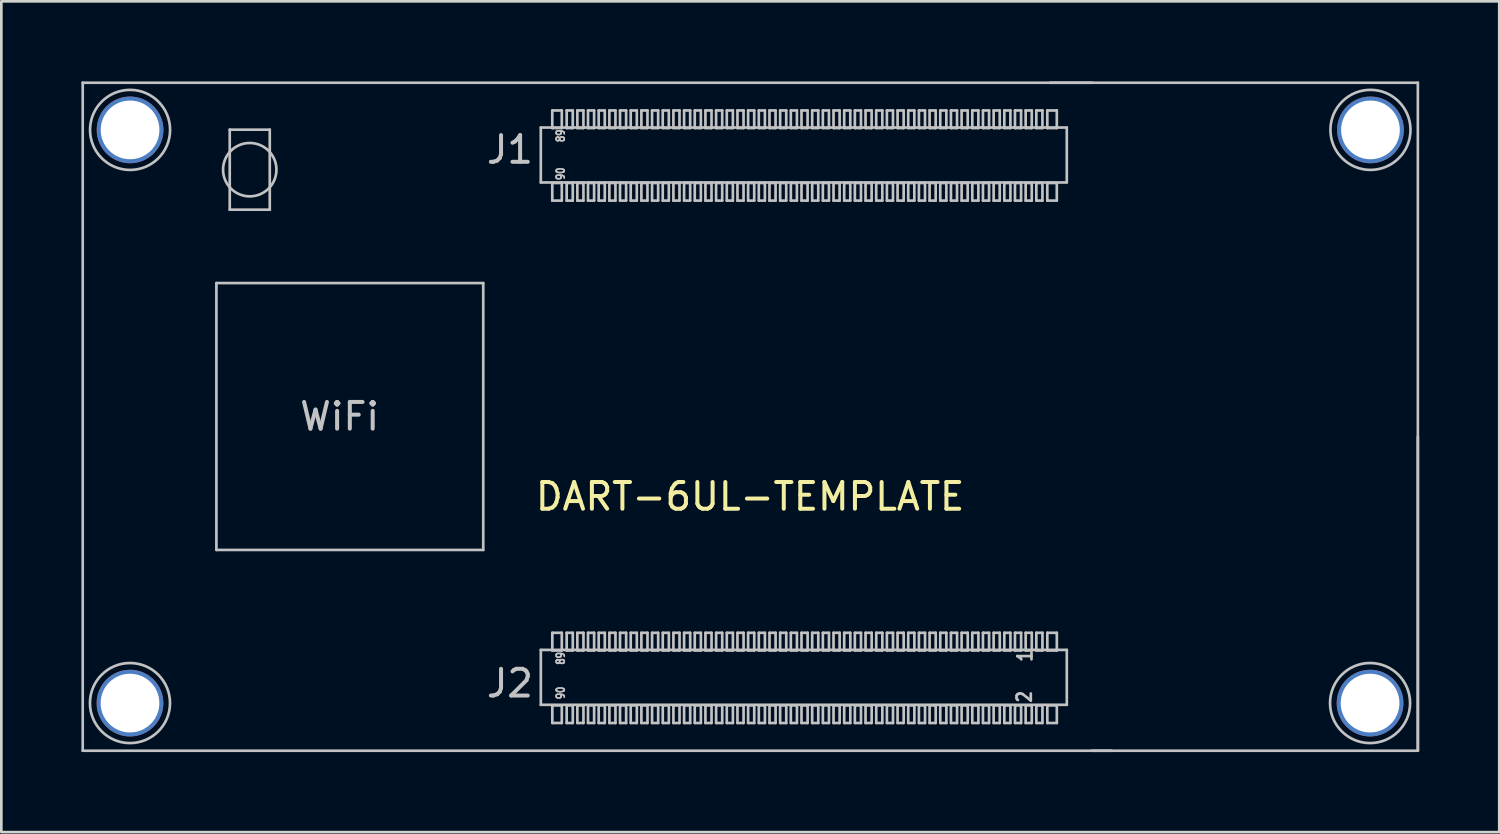
<source format=kicad_pcb>
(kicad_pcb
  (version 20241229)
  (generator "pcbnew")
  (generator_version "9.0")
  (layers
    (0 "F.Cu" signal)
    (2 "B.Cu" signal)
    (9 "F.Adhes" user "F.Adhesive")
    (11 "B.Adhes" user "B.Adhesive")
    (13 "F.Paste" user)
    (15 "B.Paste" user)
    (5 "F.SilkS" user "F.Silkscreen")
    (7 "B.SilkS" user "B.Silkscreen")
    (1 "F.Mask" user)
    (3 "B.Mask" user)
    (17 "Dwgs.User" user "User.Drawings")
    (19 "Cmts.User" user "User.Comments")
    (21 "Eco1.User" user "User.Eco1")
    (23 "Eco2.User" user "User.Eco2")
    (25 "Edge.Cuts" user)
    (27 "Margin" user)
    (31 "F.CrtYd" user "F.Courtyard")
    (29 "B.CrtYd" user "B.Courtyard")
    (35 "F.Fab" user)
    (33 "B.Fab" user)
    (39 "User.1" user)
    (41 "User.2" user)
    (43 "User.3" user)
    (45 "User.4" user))
  (footprint "DART-6UL-TEMPLATE"
    (layer "F.Cu")
    (at 25.059 12.558)
    (property "Reference" "DART-6UL-TEMPLATE" (at 0 3 0) (layer "F.SilkS") (effects (font (size 1 1) (thickness 0.15))))
    (attr exclude_from_pos_files exclude_from_bom)
    (fp_line (start -25.009 -12.508) (end 25.023 -12.508) (stroke (width 0.1) (type solid)) (layer "Dwgs.User"))
    (fp_line (start -25.009 12.524) (end -25.009 -12.508) (stroke (width 0.1) (type solid)) (layer "Dwgs.User"))
    (fp_line (start -20 -5) (end -20 5) (stroke (width 0.1) (type solid)) (layer "Dwgs.User"))
    (fp_line (start -20 5) (end -10 5) (stroke (width 0.1) (type solid)) (layer "Dwgs.User"))
    (fp_line (start -19.5 -10.75) (end -18 -10.75) (stroke (width 0.1) (type solid)) (layer "Dwgs.User"))
    (fp_line (start -19.5 -7.75) (end -19.5 -10.75) (stroke (width 0.1) (type solid)) (layer "Dwgs.User"))
    (fp_line (start -18 -10.75) (end -18 -7.75) (stroke (width 0.1) (type solid)) (layer "Dwgs.User"))
    (fp_line (start -18 -7.75) (end -19.5 -7.75) (stroke (width 0.1) (type solid)) (layer "Dwgs.User"))
    (fp_line (start -10 -5) (end -20 -5) (stroke (width 0.1) (type solid)) (layer "Dwgs.User"))
    (fp_line (start -10 5) (end -10 -5) (stroke (width 0.1) (type solid)) (layer "Dwgs.User"))
    (fp_line (start -7.843 -10.828) (end -7.843 -8.771) (stroke (width 0.1) (type solid)) (layer "Dwgs.User"))
    (fp_line (start -7.843 -8.771) (end 11.867 -8.771) (stroke (width 0.1) (type solid)) (layer "Dwgs.User"))
    (fp_line (start -7.842 8.746) (end -7.842 10.804) (stroke (width 0.1) (type solid)) (layer "Dwgs.User"))
    (fp_line (start -7.842 10.804) (end 11.868 10.804) (stroke (width 0.1) (type solid)) (layer "Dwgs.User"))
    (fp_line (start -7.413 -11.469) (end -7.413 -10.809) (stroke (width 0.1) (type solid)) (layer "Dwgs.User"))
    (fp_line (start -7.413 -10.809) (end -7.057 -10.809) (stroke (width 0.1) (type solid)) (layer "Dwgs.User"))
    (fp_line (start -7.413 -8.75) (end -7.413 -8.09) (stroke (width 0.1) (type solid)) (layer "Dwgs.User"))
    (fp_line (start -7.413 -8.09) (end -7.057 -8.09) (stroke (width 0.1) (type solid)) (layer "Dwgs.User"))
    (fp_line (start -7.412 8.105) (end -7.412 8.766) (stroke (width 0.1) (type solid)) (layer "Dwgs.User"))
    (fp_line (start -7.412 8.766) (end -7.057 8.766) (stroke (width 0.1) (type solid)) (layer "Dwgs.User"))
    (fp_line (start -7.412 10.825) (end -7.412 11.485) (stroke (width 0.1) (type solid)) (layer "Dwgs.User"))
    (fp_line (start -7.412 11.485) (end -7.057 11.485) (stroke (width 0.1) (type solid)) (layer "Dwgs.User"))
    (fp_line (start -7.057 -11.469) (end -7.413 -11.469) (stroke (width 0.1) (type solid)) (layer "Dwgs.User"))
    (fp_line (start -7.057 -10.809) (end -7.057 -11.469) (stroke (width 0.1) (type solid)) (layer "Dwgs.User"))
    (fp_line (start -7.057 -8.75) (end -7.413 -8.75) (stroke (width 0.1) (type solid)) (layer "Dwgs.User"))
    (fp_line (start -7.057 -8.09) (end -7.057 -8.75) (stroke (width 0.1) (type solid)) (layer "Dwgs.User"))
    (fp_line (start -7.057 8.105) (end -7.412 8.105) (stroke (width 0.1) (type solid)) (layer "Dwgs.User"))
    (fp_line (start -7.057 8.766) (end -7.057 8.105) (stroke (width 0.1) (type solid)) (layer "Dwgs.User"))
    (fp_line (start -7.057 10.825) (end -7.412 10.825) (stroke (width 0.1) (type solid)) (layer "Dwgs.User"))
    (fp_line (start -7.057 11.485) (end -7.057 10.825) (stroke (width 0.1) (type solid)) (layer "Dwgs.User"))
    (fp_line (start -6.874 -11.469) (end -6.874 -10.809) (stroke (width 0.1) (type solid)) (layer "Dwgs.User"))
    (fp_line (start -6.874 -10.809) (end -6.646 -10.809) (stroke (width 0.1) (type solid)) (layer "Dwgs.User"))
    (fp_line (start -6.874 -8.75) (end -6.874 -8.09) (stroke (width 0.1) (type solid)) (layer "Dwgs.User"))
    (fp_line (start -6.874 -8.09) (end -6.646 -8.09) (stroke (width 0.1) (type solid)) (layer "Dwgs.User"))
    (fp_line (start -6.874 8.105) (end -6.874 8.766) (stroke (width 0.1) (type solid)) (layer "Dwgs.User"))
    (fp_line (start -6.874 8.766) (end -6.645 8.766) (stroke (width 0.1) (type solid)) (layer "Dwgs.User"))
    (fp_line (start -6.874 10.825) (end -6.874 11.485) (stroke (width 0.1) (type solid)) (layer "Dwgs.User"))
    (fp_line (start -6.874 11.485) (end -6.645 11.485) (stroke (width 0.1) (type solid)) (layer "Dwgs.User"))
    (fp_line (start -6.646 -11.469) (end -6.874 -11.469) (stroke (width 0.1) (type solid)) (layer "Dwgs.User"))
    (fp_line (start -6.646 -10.809) (end -6.646 -11.469) (stroke (width 0.1) (type solid)) (layer "Dwgs.User"))
    (fp_line (start -6.646 -8.75) (end -6.874 -8.75) (stroke (width 0.1) (type solid)) (layer "Dwgs.User"))
    (fp_line (start -6.646 -8.09) (end -6.646 -8.75) (stroke (width 0.1) (type solid)) (layer "Dwgs.User"))
    (fp_line (start -6.645 8.105) (end -6.874 8.105) (stroke (width 0.1) (type solid)) (layer "Dwgs.User"))
    (fp_line (start -6.645 8.766) (end -6.645 8.105) (stroke (width 0.1) (type solid)) (layer "Dwgs.User"))
    (fp_line (start -6.645 10.825) (end -6.874 10.825) (stroke (width 0.1) (type solid)) (layer "Dwgs.User"))
    (fp_line (start -6.645 11.485) (end -6.645 10.825) (stroke (width 0.1) (type solid)) (layer "Dwgs.User"))
    (fp_line (start -6.474 -11.469) (end -6.474 -10.809) (stroke (width 0.1) (type solid)) (layer "Dwgs.User"))
    (fp_line (start -6.474 -10.809) (end -6.246 -10.809) (stroke (width 0.1) (type solid)) (layer "Dwgs.User"))
    (fp_line (start -6.474 -8.75) (end -6.474 -8.09) (stroke (width 0.1) (type solid)) (layer "Dwgs.User"))
    (fp_line (start -6.474 -8.09) (end -6.246 -8.09) (stroke (width 0.1) (type solid)) (layer "Dwgs.User"))
    (fp_line (start -6.474 8.105) (end -6.474 8.766) (stroke (width 0.1) (type solid)) (layer "Dwgs.User"))
    (fp_line (start -6.474 8.766) (end -6.245 8.766) (stroke (width 0.1) (type solid)) (layer "Dwgs.User"))
    (fp_line (start -6.474 10.825) (end -6.474 11.485) (stroke (width 0.1) (type solid)) (layer "Dwgs.User"))
    (fp_line (start -6.474 11.485) (end -6.245 11.485) (stroke (width 0.1) (type solid)) (layer "Dwgs.User"))
    (fp_line (start -6.246 -11.469) (end -6.474 -11.469) (stroke (width 0.1) (type solid)) (layer "Dwgs.User"))
    (fp_line (start -6.246 -10.809) (end -6.246 -11.469) (stroke (width 0.1) (type solid)) (layer "Dwgs.User"))
    (fp_line (start -6.246 -8.75) (end -6.474 -8.75) (stroke (width 0.1) (type solid)) (layer "Dwgs.User"))
    (fp_line (start -6.246 -8.09) (end -6.246 -8.75) (stroke (width 0.1) (type solid)) (layer "Dwgs.User"))
    (fp_line (start -6.245 8.105) (end -6.474 8.105) (stroke (width 0.1) (type solid)) (layer "Dwgs.User"))
    (fp_line (start -6.245 8.766) (end -6.245 8.105) (stroke (width 0.1) (type solid)) (layer "Dwgs.User"))
    (fp_line (start -6.245 10.825) (end -6.474 10.825) (stroke (width 0.1) (type solid)) (layer "Dwgs.User"))
    (fp_line (start -6.245 11.485) (end -6.245 10.825) (stroke (width 0.1) (type solid)) (layer "Dwgs.User"))
    (fp_line (start -6.074 -11.469) (end -6.074 -10.809) (stroke (width 0.1) (type solid)) (layer "Dwgs.User"))
    (fp_line (start -6.074 -10.809) (end -5.846 -10.809) (stroke (width 0.1) (type solid)) (layer "Dwgs.User"))
    (fp_line (start -6.074 -8.75) (end -6.074 -8.09) (stroke (width 0.1) (type solid)) (layer "Dwgs.User"))
    (fp_line (start -6.074 -8.09) (end -5.846 -8.09) (stroke (width 0.1) (type solid)) (layer "Dwgs.User"))
    (fp_line (start -6.074 8.105) (end -6.074 8.766) (stroke (width 0.1) (type solid)) (layer "Dwgs.User"))
    (fp_line (start -6.074 8.766) (end -5.845 8.766) (stroke (width 0.1) (type solid)) (layer "Dwgs.User"))
    (fp_line (start -6.074 10.825) (end -6.074 11.485) (stroke (width 0.1) (type solid)) (layer "Dwgs.User"))
    (fp_line (start -6.074 11.485) (end -5.845 11.485) (stroke (width 0.1) (type solid)) (layer "Dwgs.User"))
    (fp_line (start -5.846 -11.469) (end -6.074 -11.469) (stroke (width 0.1) (type solid)) (layer "Dwgs.User"))
    (fp_line (start -5.846 -10.809) (end -5.846 -11.469) (stroke (width 0.1) (type solid)) (layer "Dwgs.User"))
    (fp_line (start -5.846 -8.75) (end -6.074 -8.75) (stroke (width 0.1) (type solid)) (layer "Dwgs.User"))
    (fp_line (start -5.846 -8.09) (end -5.846 -8.75) (stroke (width 0.1) (type solid)) (layer "Dwgs.User"))
    (fp_line (start -5.845 8.105) (end -6.074 8.105) (stroke (width 0.1) (type solid)) (layer "Dwgs.User"))
    (fp_line (start -5.845 8.766) (end -5.845 8.105) (stroke (width 0.1) (type solid)) (layer "Dwgs.User"))
    (fp_line (start -5.845 10.825) (end -6.074 10.825) (stroke (width 0.1) (type solid)) (layer "Dwgs.User"))
    (fp_line (start -5.845 11.485) (end -5.845 10.825) (stroke (width 0.1) (type solid)) (layer "Dwgs.User"))
    (fp_line (start -5.674 -11.469) (end -5.674 -10.809) (stroke (width 0.1) (type solid)) (layer "Dwgs.User"))
    (fp_line (start -5.674 -10.809) (end -5.446 -10.809) (stroke (width 0.1) (type solid)) (layer "Dwgs.User"))
    (fp_line (start -5.674 -8.75) (end -5.674 -8.09) (stroke (width 0.1) (type solid)) (layer "Dwgs.User"))
    (fp_line (start -5.674 -8.09) (end -5.446 -8.09) (stroke (width 0.1) (type solid)) (layer "Dwgs.User"))
    (fp_line (start -5.674 8.105) (end -5.674 8.766) (stroke (width 0.1) (type solid)) (layer "Dwgs.User"))
    (fp_line (start -5.674 8.766) (end -5.445 8.766) (stroke (width 0.1) (type solid)) (layer "Dwgs.User"))
    (fp_line (start -5.674 10.825) (end -5.674 11.485) (stroke (width 0.1) (type solid)) (layer "Dwgs.User"))
    (fp_line (start -5.674 11.485) (end -5.445 11.485) (stroke (width 0.1) (type solid)) (layer "Dwgs.User"))
    (fp_line (start -5.446 -11.469) (end -5.674 -11.469) (stroke (width 0.1) (type solid)) (layer "Dwgs.User"))
    (fp_line (start -5.446 -10.809) (end -5.446 -11.469) (stroke (width 0.1) (type solid)) (layer "Dwgs.User"))
    (fp_line (start -5.446 -8.75) (end -5.674 -8.75) (stroke (width 0.1) (type solid)) (layer "Dwgs.User"))
    (fp_line (start -5.446 -8.09) (end -5.446 -8.75) (stroke (width 0.1) (type solid)) (layer "Dwgs.User"))
    (fp_line (start -5.445 8.105) (end -5.674 8.105) (stroke (width 0.1) (type solid)) (layer "Dwgs.User"))
    (fp_line (start -5.445 8.766) (end -5.445 8.105) (stroke (width 0.1) (type solid)) (layer "Dwgs.User"))
    (fp_line (start -5.445 10.825) (end -5.674 10.825) (stroke (width 0.1) (type solid)) (layer "Dwgs.User"))
    (fp_line (start -5.445 11.485) (end -5.445 10.825) (stroke (width 0.1) (type solid)) (layer "Dwgs.User"))
    (fp_line (start -5.274 -11.469) (end -5.274 -10.809) (stroke (width 0.1) (type solid)) (layer "Dwgs.User"))
    (fp_line (start -5.274 -10.809) (end -5.046 -10.809) (stroke (width 0.1) (type solid)) (layer "Dwgs.User"))
    (fp_line (start -5.274 -8.75) (end -5.274 -8.09) (stroke (width 0.1) (type solid)) (layer "Dwgs.User"))
    (fp_line (start -5.274 -8.09) (end -5.046 -8.09) (stroke (width 0.1) (type solid)) (layer "Dwgs.User"))
    (fp_line (start -5.273 8.105) (end -5.273 8.766) (stroke (width 0.1) (type solid)) (layer "Dwgs.User"))
    (fp_line (start -5.273 8.766) (end -5.045 8.766) (stroke (width 0.1) (type solid)) (layer "Dwgs.User"))
    (fp_line (start -5.273 10.825) (end -5.273 11.485) (stroke (width 0.1) (type solid)) (layer "Dwgs.User"))
    (fp_line (start -5.273 11.485) (end -5.045 11.485) (stroke (width 0.1) (type solid)) (layer "Dwgs.User"))
    (fp_line (start -5.046 -11.469) (end -5.274 -11.469) (stroke (width 0.1) (type solid)) (layer "Dwgs.User"))
    (fp_line (start -5.046 -10.809) (end -5.046 -11.469) (stroke (width 0.1) (type solid)) (layer "Dwgs.User"))
    (fp_line (start -5.046 -8.75) (end -5.274 -8.75) (stroke (width 0.1) (type solid)) (layer "Dwgs.User"))
    (fp_line (start -5.046 -8.09) (end -5.046 -8.75) (stroke (width 0.1) (type solid)) (layer "Dwgs.User"))
    (fp_line (start -5.045 8.105) (end -5.273 8.105) (stroke (width 0.1) (type solid)) (layer "Dwgs.User"))
    (fp_line (start -5.045 8.766) (end -5.045 8.105) (stroke (width 0.1) (type solid)) (layer "Dwgs.User"))
    (fp_line (start -5.045 10.825) (end -5.273 10.825) (stroke (width 0.1) (type solid)) (layer "Dwgs.User"))
    (fp_line (start -5.045 11.485) (end -5.045 10.825) (stroke (width 0.1) (type solid)) (layer "Dwgs.User"))
    (fp_line (start -4.874 -11.469) (end -4.874 -10.809) (stroke (width 0.1) (type solid)) (layer "Dwgs.User"))
    (fp_line (start -4.874 -10.809) (end -4.646 -10.809) (stroke (width 0.1) (type solid)) (layer "Dwgs.User"))
    (fp_line (start -4.874 -8.75) (end -4.874 -8.09) (stroke (width 0.1) (type solid)) (layer "Dwgs.User"))
    (fp_line (start -4.874 -8.09) (end -4.646 -8.09) (stroke (width 0.1) (type solid)) (layer "Dwgs.User"))
    (fp_line (start -4.874 8.105) (end -4.874 8.766) (stroke (width 0.1) (type solid)) (layer "Dwgs.User"))
    (fp_line (start -4.874 8.766) (end -4.645 8.766) (stroke (width 0.1) (type solid)) (layer "Dwgs.User"))
    (fp_line (start -4.874 10.825) (end -4.874 11.485) (stroke (width 0.1) (type solid)) (layer "Dwgs.User"))
    (fp_line (start -4.874 11.485) (end -4.645 11.485) (stroke (width 0.1) (type solid)) (layer "Dwgs.User"))
    (fp_line (start -4.646 -11.469) (end -4.874 -11.469) (stroke (width 0.1) (type solid)) (layer "Dwgs.User"))
    (fp_line (start -4.646 -10.809) (end -4.646 -11.469) (stroke (width 0.1) (type solid)) (layer "Dwgs.User"))
    (fp_line (start -4.646 -8.75) (end -4.874 -8.75) (stroke (width 0.1) (type solid)) (layer "Dwgs.User"))
    (fp_line (start -4.646 -8.09) (end -4.646 -8.75) (stroke (width 0.1) (type solid)) (layer "Dwgs.User"))
    (fp_line (start -4.645 8.105) (end -4.874 8.105) (stroke (width 0.1) (type solid)) (layer "Dwgs.User"))
    (fp_line (start -4.645 8.766) (end -4.645 8.105) (stroke (width 0.1) (type solid)) (layer "Dwgs.User"))
    (fp_line (start -4.645 10.825) (end -4.874 10.825) (stroke (width 0.1) (type solid)) (layer "Dwgs.User"))
    (fp_line (start -4.645 11.485) (end -4.645 10.825) (stroke (width 0.1) (type solid)) (layer "Dwgs.User"))
    (fp_line (start -4.474 -11.469) (end -4.474 -10.809) (stroke (width 0.1) (type solid)) (layer "Dwgs.User"))
    (fp_line (start -4.474 -10.809) (end -4.246 -10.809) (stroke (width 0.1) (type solid)) (layer "Dwgs.User"))
    (fp_line (start -4.474 -8.75) (end -4.474 -8.09) (stroke (width 0.1) (type solid)) (layer "Dwgs.User"))
    (fp_line (start -4.474 -8.09) (end -4.246 -8.09) (stroke (width 0.1) (type solid)) (layer "Dwgs.User"))
    (fp_line (start -4.474 8.105) (end -4.474 8.766) (stroke (width 0.1) (type solid)) (layer "Dwgs.User"))
    (fp_line (start -4.474 8.766) (end -4.245 8.766) (stroke (width 0.1) (type solid)) (layer "Dwgs.User"))
    (fp_line (start -4.474 10.825) (end -4.474 11.485) (stroke (width 0.1) (type solid)) (layer "Dwgs.User"))
    (fp_line (start -4.474 11.485) (end -4.245 11.485) (stroke (width 0.1) (type solid)) (layer "Dwgs.User"))
    (fp_line (start -4.246 -11.469) (end -4.474 -11.469) (stroke (width 0.1) (type solid)) (layer "Dwgs.User"))
    (fp_line (start -4.246 -10.809) (end -4.246 -11.469) (stroke (width 0.1) (type solid)) (layer "Dwgs.User"))
    (fp_line (start -4.246 -8.75) (end -4.474 -8.75) (stroke (width 0.1) (type solid)) (layer "Dwgs.User"))
    (fp_line (start -4.246 -8.09) (end -4.246 -8.75) (stroke (width 0.1) (type solid)) (layer "Dwgs.User"))
    (fp_line (start -4.245 8.105) (end -4.474 8.105) (stroke (width 0.1) (type solid)) (layer "Dwgs.User"))
    (fp_line (start -4.245 8.766) (end -4.245 8.105) (stroke (width 0.1) (type solid)) (layer "Dwgs.User"))
    (fp_line (start -4.245 10.825) (end -4.474 10.825) (stroke (width 0.1) (type solid)) (layer "Dwgs.User"))
    (fp_line (start -4.245 11.485) (end -4.245 10.825) (stroke (width 0.1) (type solid)) (layer "Dwgs.User"))
    (fp_line (start -4.074 -11.469) (end -4.074 -10.809) (stroke (width 0.1) (type solid)) (layer "Dwgs.User"))
    (fp_line (start -4.074 -10.809) (end -3.846 -10.809) (stroke (width 0.1) (type solid)) (layer "Dwgs.User"))
    (fp_line (start -4.074 -8.75) (end -4.074 -8.09) (stroke (width 0.1) (type solid)) (layer "Dwgs.User"))
    (fp_line (start -4.074 -8.09) (end -3.846 -8.09) (stroke (width 0.1) (type solid)) (layer "Dwgs.User"))
    (fp_line (start -4.074 8.105) (end -4.074 8.766) (stroke (width 0.1) (type solid)) (layer "Dwgs.User"))
    (fp_line (start -4.074 8.766) (end -3.845 8.766) (stroke (width 0.1) (type solid)) (layer "Dwgs.User"))
    (fp_line (start -4.074 10.825) (end -4.074 11.485) (stroke (width 0.1) (type solid)) (layer "Dwgs.User"))
    (fp_line (start -4.074 11.485) (end -3.845 11.485) (stroke (width 0.1) (type solid)) (layer "Dwgs.User"))
    (fp_line (start -3.846 -11.469) (end -4.074 -11.469) (stroke (width 0.1) (type solid)) (layer "Dwgs.User"))
    (fp_line (start -3.846 -10.809) (end -3.846 -11.469) (stroke (width 0.1) (type solid)) (layer "Dwgs.User"))
    (fp_line (start -3.846 -8.75) (end -4.074 -8.75) (stroke (width 0.1) (type solid)) (layer "Dwgs.User"))
    (fp_line (start -3.846 -8.09) (end -3.846 -8.75) (stroke (width 0.1) (type solid)) (layer "Dwgs.User"))
    (fp_line (start -3.845 8.105) (end -4.074 8.105) (stroke (width 0.1) (type solid)) (layer "Dwgs.User"))
    (fp_line (start -3.845 8.766) (end -3.845 8.105) (stroke (width 0.1) (type solid)) (layer "Dwgs.User"))
    (fp_line (start -3.845 10.825) (end -4.074 10.825) (stroke (width 0.1) (type solid)) (layer "Dwgs.User"))
    (fp_line (start -3.845 11.485) (end -3.845 10.825) (stroke (width 0.1) (type solid)) (layer "Dwgs.User"))
    (fp_line (start -3.674 -11.469) (end -3.674 -10.809) (stroke (width 0.1) (type solid)) (layer "Dwgs.User"))
    (fp_line (start -3.674 -10.809) (end -3.446 -10.809) (stroke (width 0.1) (type solid)) (layer "Dwgs.User"))
    (fp_line (start -3.674 -8.75) (end -3.674 -8.09) (stroke (width 0.1) (type solid)) (layer "Dwgs.User"))
    (fp_line (start -3.674 -8.09) (end -3.446 -8.09) (stroke (width 0.1) (type solid)) (layer "Dwgs.User"))
    (fp_line (start -3.674 8.105) (end -3.674 8.766) (stroke (width 0.1) (type solid)) (layer "Dwgs.User"))
    (fp_line (start -3.674 8.766) (end -3.445 8.766) (stroke (width 0.1) (type solid)) (layer "Dwgs.User"))
    (fp_line (start -3.674 10.825) (end -3.674 11.485) (stroke (width 0.1) (type solid)) (layer "Dwgs.User"))
    (fp_line (start -3.674 11.485) (end -3.445 11.485) (stroke (width 0.1) (type solid)) (layer "Dwgs.User"))
    (fp_line (start -3.446 -11.469) (end -3.674 -11.469) (stroke (width 0.1) (type solid)) (layer "Dwgs.User"))
    (fp_line (start -3.446 -10.809) (end -3.446 -11.469) (stroke (width 0.1) (type solid)) (layer "Dwgs.User"))
    (fp_line (start -3.446 -8.75) (end -3.674 -8.75) (stroke (width 0.1) (type solid)) (layer "Dwgs.User"))
    (fp_line (start -3.446 -8.09) (end -3.446 -8.75) (stroke (width 0.1) (type solid)) (layer "Dwgs.User"))
    (fp_line (start -3.445 8.105) (end -3.674 8.105) (stroke (width 0.1) (type solid)) (layer "Dwgs.User"))
    (fp_line (start -3.445 8.766) (end -3.445 8.105) (stroke (width 0.1) (type solid)) (layer "Dwgs.User"))
    (fp_line (start -3.445 10.825) (end -3.674 10.825) (stroke (width 0.1) (type solid)) (layer "Dwgs.User"))
    (fp_line (start -3.445 11.485) (end -3.445 10.825) (stroke (width 0.1) (type solid)) (layer "Dwgs.User"))
    (fp_line (start -3.274 -11.469) (end -3.274 -10.809) (stroke (width 0.1) (type solid)) (layer "Dwgs.User"))
    (fp_line (start -3.274 -10.809) (end -3.046 -10.809) (stroke (width 0.1) (type solid)) (layer "Dwgs.User"))
    (fp_line (start -3.274 -8.75) (end -3.274 -8.09) (stroke (width 0.1) (type solid)) (layer "Dwgs.User"))
    (fp_line (start -3.274 -8.09) (end -3.046 -8.09) (stroke (width 0.1) (type solid)) (layer "Dwgs.User"))
    (fp_line (start -3.273 8.105) (end -3.273 8.766) (stroke (width 0.1) (type solid)) (layer "Dwgs.User"))
    (fp_line (start -3.273 8.766) (end -3.045 8.766) (stroke (width 0.1) (type solid)) (layer "Dwgs.User"))
    (fp_line (start -3.273 10.825) (end -3.273 11.485) (stroke (width 0.1) (type solid)) (layer "Dwgs.User"))
    (fp_line (start -3.273 11.485) (end -3.045 11.485) (stroke (width 0.1) (type solid)) (layer "Dwgs.User"))
    (fp_line (start -3.046 -11.469) (end -3.274 -11.469) (stroke (width 0.1) (type solid)) (layer "Dwgs.User"))
    (fp_line (start -3.046 -10.809) (end -3.046 -11.469) (stroke (width 0.1) (type solid)) (layer "Dwgs.User"))
    (fp_line (start -3.046 -8.75) (end -3.274 -8.75) (stroke (width 0.1) (type solid)) (layer "Dwgs.User"))
    (fp_line (start -3.046 -8.09) (end -3.046 -8.75) (stroke (width 0.1) (type solid)) (layer "Dwgs.User"))
    (fp_line (start -3.045 8.105) (end -3.273 8.105) (stroke (width 0.1) (type solid)) (layer "Dwgs.User"))
    (fp_line (start -3.045 8.766) (end -3.045 8.105) (stroke (width 0.1) (type solid)) (layer "Dwgs.User"))
    (fp_line (start -3.045 10.825) (end -3.273 10.825) (stroke (width 0.1) (type solid)) (layer "Dwgs.User"))
    (fp_line (start -3.045 11.485) (end -3.045 10.825) (stroke (width 0.1) (type solid)) (layer "Dwgs.User"))
    (fp_line (start -2.874 -11.469) (end -2.874 -10.809) (stroke (width 0.1) (type solid)) (layer "Dwgs.User"))
    (fp_line (start -2.874 -10.809) (end -2.646 -10.809) (stroke (width 0.1) (type solid)) (layer "Dwgs.User"))
    (fp_line (start -2.874 -8.75) (end -2.874 -8.09) (stroke (width 0.1) (type solid)) (layer "Dwgs.User"))
    (fp_line (start -2.874 -8.09) (end -2.646 -8.09) (stroke (width 0.1) (type solid)) (layer "Dwgs.User"))
    (fp_line (start -2.874 8.105) (end -2.874 8.766) (stroke (width 0.1) (type solid)) (layer "Dwgs.User"))
    (fp_line (start -2.874 8.766) (end -2.645 8.766) (stroke (width 0.1) (type solid)) (layer "Dwgs.User"))
    (fp_line (start -2.874 10.825) (end -2.874 11.485) (stroke (width 0.1) (type solid)) (layer "Dwgs.User"))
    (fp_line (start -2.874 11.485) (end -2.645 11.485) (stroke (width 0.1) (type solid)) (layer "Dwgs.User"))
    (fp_line (start -2.646 -11.469) (end -2.874 -11.469) (stroke (width 0.1) (type solid)) (layer "Dwgs.User"))
    (fp_line (start -2.646 -10.809) (end -2.646 -11.469) (stroke (width 0.1) (type solid)) (layer "Dwgs.User"))
    (fp_line (start -2.646 -8.75) (end -2.874 -8.75) (stroke (width 0.1) (type solid)) (layer "Dwgs.User"))
    (fp_line (start -2.646 -8.09) (end -2.646 -8.75) (stroke (width 0.1) (type solid)) (layer "Dwgs.User"))
    (fp_line (start -2.645 8.105) (end -2.874 8.105) (stroke (width 0.1) (type solid)) (layer "Dwgs.User"))
    (fp_line (start -2.645 8.766) (end -2.645 8.105) (stroke (width 0.1) (type solid)) (layer "Dwgs.User"))
    (fp_line (start -2.645 10.825) (end -2.874 10.825) (stroke (width 0.1) (type solid)) (layer "Dwgs.User"))
    (fp_line (start -2.645 11.485) (end -2.645 10.825) (stroke (width 0.1) (type solid)) (layer "Dwgs.User"))
    (fp_line (start -2.474 -11.469) (end -2.474 -10.809) (stroke (width 0.1) (type solid)) (layer "Dwgs.User"))
    (fp_line (start -2.474 -10.809) (end -2.246 -10.809) (stroke (width 0.1) (type solid)) (layer "Dwgs.User"))
    (fp_line (start -2.474 -8.75) (end -2.474 -8.09) (stroke (width 0.1) (type solid)) (layer "Dwgs.User"))
    (fp_line (start -2.474 -8.09) (end -2.246 -8.09) (stroke (width 0.1) (type solid)) (layer "Dwgs.User"))
    (fp_line (start -2.474 8.105) (end -2.474 8.766) (stroke (width 0.1) (type solid)) (layer "Dwgs.User"))
    (fp_line (start -2.474 8.766) (end -2.245 8.766) (stroke (width 0.1) (type solid)) (layer "Dwgs.User"))
    (fp_line (start -2.474 10.825) (end -2.474 11.485) (stroke (width 0.1) (type solid)) (layer "Dwgs.User"))
    (fp_line (start -2.474 11.485) (end -2.245 11.485) (stroke (width 0.1) (type solid)) (layer "Dwgs.User"))
    (fp_line (start -2.246 -11.469) (end -2.474 -11.469) (stroke (width 0.1) (type solid)) (layer "Dwgs.User"))
    (fp_line (start -2.246 -10.809) (end -2.246 -11.469) (stroke (width 0.1) (type solid)) (layer "Dwgs.User"))
    (fp_line (start -2.246 -8.75) (end -2.474 -8.75) (stroke (width 0.1) (type solid)) (layer "Dwgs.User"))
    (fp_line (start -2.246 -8.09) (end -2.246 -8.75) (stroke (width 0.1) (type solid)) (layer "Dwgs.User"))
    (fp_line (start -2.245 8.105) (end -2.474 8.105) (stroke (width 0.1) (type solid)) (layer "Dwgs.User"))
    (fp_line (start -2.245 8.766) (end -2.245 8.105) (stroke (width 0.1) (type solid)) (layer "Dwgs.User"))
    (fp_line (start -2.245 10.825) (end -2.474 10.825) (stroke (width 0.1) (type solid)) (layer "Dwgs.User"))
    (fp_line (start -2.245 11.485) (end -2.245 10.825) (stroke (width 0.1) (type solid)) (layer "Dwgs.User"))
    (fp_line (start -2.074 -11.469) (end -2.074 -10.809) (stroke (width 0.1) (type solid)) (layer "Dwgs.User"))
    (fp_line (start -2.074 -10.809) (end -1.846 -10.809) (stroke (width 0.1) (type solid)) (layer "Dwgs.User"))
    (fp_line (start -2.074 -8.75) (end -2.074 -8.09) (stroke (width 0.1) (type solid)) (layer "Dwgs.User"))
    (fp_line (start -2.074 -8.09) (end -1.846 -8.09) (stroke (width 0.1) (type solid)) (layer "Dwgs.User"))
    (fp_line (start -2.074 8.105) (end -2.074 8.766) (stroke (width 0.1) (type solid)) (layer "Dwgs.User"))
    (fp_line (start -2.074 8.766) (end -1.845 8.766) (stroke (width 0.1) (type solid)) (layer "Dwgs.User"))
    (fp_line (start -2.074 10.825) (end -2.074 11.485) (stroke (width 0.1) (type solid)) (layer "Dwgs.User"))
    (fp_line (start -2.074 11.485) (end -1.845 11.485) (stroke (width 0.1) (type solid)) (layer "Dwgs.User"))
    (fp_line (start -1.846 -11.469) (end -2.074 -11.469) (stroke (width 0.1) (type solid)) (layer "Dwgs.User"))
    (fp_line (start -1.846 -10.809) (end -1.846 -11.469) (stroke (width 0.1) (type solid)) (layer "Dwgs.User"))
    (fp_line (start -1.846 -8.75) (end -2.074 -8.75) (stroke (width 0.1) (type solid)) (layer "Dwgs.User"))
    (fp_line (start -1.846 -8.09) (end -1.846 -8.75) (stroke (width 0.1) (type solid)) (layer "Dwgs.User"))
    (fp_line (start -1.845 8.105) (end -2.074 8.105) (stroke (width 0.1) (type solid)) (layer "Dwgs.User"))
    (fp_line (start -1.845 8.766) (end -1.845 8.105) (stroke (width 0.1) (type solid)) (layer "Dwgs.User"))
    (fp_line (start -1.845 10.825) (end -2.074 10.825) (stroke (width 0.1) (type solid)) (layer "Dwgs.User"))
    (fp_line (start -1.845 11.485) (end -1.845 10.825) (stroke (width 0.1) (type solid)) (layer "Dwgs.User"))
    (fp_line (start -1.674 -11.469) (end -1.674 -10.809) (stroke (width 0.1) (type solid)) (layer "Dwgs.User"))
    (fp_line (start -1.674 -10.809) (end -1.446 -10.809) (stroke (width 0.1) (type solid)) (layer "Dwgs.User"))
    (fp_line (start -1.674 -8.75) (end -1.674 -8.09) (stroke (width 0.1) (type solid)) (layer "Dwgs.User"))
    (fp_line (start -1.674 -8.09) (end -1.446 -8.09) (stroke (width 0.1) (type solid)) (layer "Dwgs.User"))
    (fp_line (start -1.674 8.105) (end -1.674 8.766) (stroke (width 0.1) (type solid)) (layer "Dwgs.User"))
    (fp_line (start -1.674 8.766) (end -1.445 8.766) (stroke (width 0.1) (type solid)) (layer "Dwgs.User"))
    (fp_line (start -1.674 10.825) (end -1.674 11.485) (stroke (width 0.1) (type solid)) (layer "Dwgs.User"))
    (fp_line (start -1.674 11.485) (end -1.445 11.485) (stroke (width 0.1) (type solid)) (layer "Dwgs.User"))
    (fp_line (start -1.446 -11.469) (end -1.674 -11.469) (stroke (width 0.1) (type solid)) (layer "Dwgs.User"))
    (fp_line (start -1.446 -10.809) (end -1.446 -11.469) (stroke (width 0.1) (type solid)) (layer "Dwgs.User"))
    (fp_line (start -1.446 -8.75) (end -1.674 -8.75) (stroke (width 0.1) (type solid)) (layer "Dwgs.User"))
    (fp_line (start -1.446 -8.09) (end -1.446 -8.75) (stroke (width 0.1) (type solid)) (layer "Dwgs.User"))
    (fp_line (start -1.445 8.105) (end -1.674 8.105) (stroke (width 0.1) (type solid)) (layer "Dwgs.User"))
    (fp_line (start -1.445 8.766) (end -1.445 8.105) (stroke (width 0.1) (type solid)) (layer "Dwgs.User"))
    (fp_line (start -1.445 10.825) (end -1.674 10.825) (stroke (width 0.1) (type solid)) (layer "Dwgs.User"))
    (fp_line (start -1.445 11.485) (end -1.445 10.825) (stroke (width 0.1) (type solid)) (layer "Dwgs.User"))
    (fp_line (start -1.274 -11.469) (end -1.274 -10.809) (stroke (width 0.1) (type solid)) (layer "Dwgs.User"))
    (fp_line (start -1.274 -10.809) (end -1.046 -10.809) (stroke (width 0.1) (type solid)) (layer "Dwgs.User"))
    (fp_line (start -1.274 -8.75) (end -1.274 -8.09) (stroke (width 0.1) (type solid)) (layer "Dwgs.User"))
    (fp_line (start -1.274 -8.09) (end -1.046 -8.09) (stroke (width 0.1) (type solid)) (layer "Dwgs.User"))
    (fp_line (start -1.273 8.105) (end -1.273 8.766) (stroke (width 0.1) (type solid)) (layer "Dwgs.User"))
    (fp_line (start -1.273 8.766) (end -1.045 8.766) (stroke (width 0.1) (type solid)) (layer "Dwgs.User"))
    (fp_line (start -1.273 10.825) (end -1.273 11.485) (stroke (width 0.1) (type solid)) (layer "Dwgs.User"))
    (fp_line (start -1.273 11.485) (end -1.045 11.485) (stroke (width 0.1) (type solid)) (layer "Dwgs.User"))
    (fp_line (start -1.046 -11.469) (end -1.274 -11.469) (stroke (width 0.1) (type solid)) (layer "Dwgs.User"))
    (fp_line (start -1.046 -10.809) (end -1.046 -11.469) (stroke (width 0.1) (type solid)) (layer "Dwgs.User"))
    (fp_line (start -1.046 -8.75) (end -1.274 -8.75) (stroke (width 0.1) (type solid)) (layer "Dwgs.User"))
    (fp_line (start -1.046 -8.09) (end -1.046 -8.75) (stroke (width 0.1) (type solid)) (layer "Dwgs.User"))
    (fp_line (start -1.045 8.105) (end -1.273 8.105) (stroke (width 0.1) (type solid)) (layer "Dwgs.User"))
    (fp_line (start -1.045 8.766) (end -1.045 8.105) (stroke (width 0.1) (type solid)) (layer "Dwgs.User"))
    (fp_line (start -1.045 10.825) (end -1.273 10.825) (stroke (width 0.1) (type solid)) (layer "Dwgs.User"))
    (fp_line (start -1.045 11.485) (end -1.045 10.825) (stroke (width 0.1) (type solid)) (layer "Dwgs.User"))
    (fp_line (start -0.874 -11.469) (end -0.874 -10.809) (stroke (width 0.1) (type solid)) (layer "Dwgs.User"))
    (fp_line (start -0.874 -10.809) (end -0.646 -10.809) (stroke (width 0.1) (type solid)) (layer "Dwgs.User"))
    (fp_line (start -0.874 -8.75) (end -0.874 -8.09) (stroke (width 0.1) (type solid)) (layer "Dwgs.User"))
    (fp_line (start -0.874 -8.09) (end -0.646 -8.09) (stroke (width 0.1) (type solid)) (layer "Dwgs.User"))
    (fp_line (start -0.874 8.105) (end -0.874 8.766) (stroke (width 0.1) (type solid)) (layer "Dwgs.User"))
    (fp_line (start -0.874 8.766) (end -0.645 8.766) (stroke (width 0.1) (type solid)) (layer "Dwgs.User"))
    (fp_line (start -0.874 10.825) (end -0.874 11.485) (stroke (width 0.1) (type solid)) (layer "Dwgs.User"))
    (fp_line (start -0.874 11.485) (end -0.645 11.485) (stroke (width 0.1) (type solid)) (layer "Dwgs.User"))
    (fp_line (start -0.646 -11.469) (end -0.874 -11.469) (stroke (width 0.1) (type solid)) (layer "Dwgs.User"))
    (fp_line (start -0.646 -10.809) (end -0.646 -11.469) (stroke (width 0.1) (type solid)) (layer "Dwgs.User"))
    (fp_line (start -0.646 -8.75) (end -0.874 -8.75) (stroke (width 0.1) (type solid)) (layer "Dwgs.User"))
    (fp_line (start -0.646 -8.09) (end -0.646 -8.75) (stroke (width 0.1) (type solid)) (layer "Dwgs.User"))
    (fp_line (start -0.645 8.105) (end -0.874 8.105) (stroke (width 0.1) (type solid)) (layer "Dwgs.User"))
    (fp_line (start -0.645 8.766) (end -0.645 8.105) (stroke (width 0.1) (type solid)) (layer "Dwgs.User"))
    (fp_line (start -0.645 10.825) (end -0.874 10.825) (stroke (width 0.1) (type solid)) (layer "Dwgs.User"))
    (fp_line (start -0.645 11.485) (end -0.645 10.825) (stroke (width 0.1) (type solid)) (layer "Dwgs.User"))
    (fp_line (start -0.474 -11.469) (end -0.474 -10.809) (stroke (width 0.1) (type solid)) (layer "Dwgs.User"))
    (fp_line (start -0.474 -10.809) (end -0.246 -10.809) (stroke (width 0.1) (type solid)) (layer "Dwgs.User"))
    (fp_line (start -0.474 -8.75) (end -0.474 -8.09) (stroke (width 0.1) (type solid)) (layer "Dwgs.User"))
    (fp_line (start -0.474 -8.09) (end -0.246 -8.09) (stroke (width 0.1) (type solid)) (layer "Dwgs.User"))
    (fp_line (start -0.474 8.105) (end -0.474 8.766) (stroke (width 0.1) (type solid)) (layer "Dwgs.User"))
    (fp_line (start -0.474 8.766) (end -0.245 8.766) (stroke (width 0.1) (type solid)) (layer "Dwgs.User"))
    (fp_line (start -0.474 10.825) (end -0.474 11.485) (stroke (width 0.1) (type solid)) (layer "Dwgs.User"))
    (fp_line (start -0.474 11.485) (end -0.245 11.485) (stroke (width 0.1) (type solid)) (layer "Dwgs.User"))
    (fp_line (start -0.246 -11.469) (end -0.474 -11.469) (stroke (width 0.1) (type solid)) (layer "Dwgs.User"))
    (fp_line (start -0.246 -10.809) (end -0.246 -11.469) (stroke (width 0.1) (type solid)) (layer "Dwgs.User"))
    (fp_line (start -0.246 -8.75) (end -0.474 -8.75) (stroke (width 0.1) (type solid)) (layer "Dwgs.User"))
    (fp_line (start -0.246 -8.09) (end -0.246 -8.75) (stroke (width 0.1) (type solid)) (layer "Dwgs.User"))
    (fp_line (start -0.245 8.105) (end -0.474 8.105) (stroke (width 0.1) (type solid)) (layer "Dwgs.User"))
    (fp_line (start -0.245 8.766) (end -0.245 8.105) (stroke (width 0.1) (type solid)) (layer "Dwgs.User"))
    (fp_line (start -0.245 10.825) (end -0.474 10.825) (stroke (width 0.1) (type solid)) (layer "Dwgs.User"))
    (fp_line (start -0.245 11.485) (end -0.245 10.825) (stroke (width 0.1) (type solid)) (layer "Dwgs.User"))
    (fp_line (start -0.074 -11.469) (end -0.074 -10.809) (stroke (width 0.1) (type solid)) (layer "Dwgs.User"))
    (fp_line (start -0.074 -10.809) (end 0.154 -10.809) (stroke (width 0.1) (type solid)) (layer "Dwgs.User"))
    (fp_line (start -0.074 -8.75) (end -0.074 -8.09) (stroke (width 0.1) (type solid)) (layer "Dwgs.User"))
    (fp_line (start -0.074 -8.09) (end 0.154 -8.09) (stroke (width 0.1) (type solid)) (layer "Dwgs.User"))
    (fp_line (start -0.074 8.105) (end -0.074 8.766) (stroke (width 0.1) (type solid)) (layer "Dwgs.User"))
    (fp_line (start -0.074 8.766) (end 0.155 8.766) (stroke (width 0.1) (type solid)) (layer "Dwgs.User"))
    (fp_line (start -0.074 10.825) (end -0.074 11.485) (stroke (width 0.1) (type solid)) (layer "Dwgs.User"))
    (fp_line (start -0.074 11.485) (end 0.155 11.485) (stroke (width 0.1) (type solid)) (layer "Dwgs.User"))
    (fp_line (start 0.154 -11.469) (end -0.074 -11.469) (stroke (width 0.1) (type solid)) (layer "Dwgs.User"))
    (fp_line (start 0.154 -10.809) (end 0.154 -11.469) (stroke (width 0.1) (type solid)) (layer "Dwgs.User"))
    (fp_line (start 0.154 -8.75) (end -0.074 -8.75) (stroke (width 0.1) (type solid)) (layer "Dwgs.User"))
    (fp_line (start 0.154 -8.09) (end 0.154 -8.75) (stroke (width 0.1) (type solid)) (layer "Dwgs.User"))
    (fp_line (start 0.155 8.105) (end -0.074 8.105) (stroke (width 0.1) (type solid)) (layer "Dwgs.User"))
    (fp_line (start 0.155 8.766) (end 0.155 8.105) (stroke (width 0.1) (type solid)) (layer "Dwgs.User"))
    (fp_line (start 0.155 10.825) (end -0.074 10.825) (stroke (width 0.1) (type solid)) (layer "Dwgs.User"))
    (fp_line (start 0.155 11.485) (end 0.155 10.825) (stroke (width 0.1) (type solid)) (layer "Dwgs.User"))
    (fp_line (start 0.326 -11.469) (end 0.326 -10.809) (stroke (width 0.1) (type solid)) (layer "Dwgs.User"))
    (fp_line (start 0.326 -10.809) (end 0.554 -10.809) (stroke (width 0.1) (type solid)) (layer "Dwgs.User"))
    (fp_line (start 0.326 -8.75) (end 0.326 -8.09) (stroke (width 0.1) (type solid)) (layer "Dwgs.User"))
    (fp_line (start 0.326 -8.09) (end 0.554 -8.09) (stroke (width 0.1) (type solid)) (layer "Dwgs.User"))
    (fp_line (start 0.326 8.105) (end 0.326 8.766) (stroke (width 0.1) (type solid)) (layer "Dwgs.User"))
    (fp_line (start 0.326 8.766) (end 0.555 8.766) (stroke (width 0.1) (type solid)) (layer "Dwgs.User"))
    (fp_line (start 0.326 10.825) (end 0.326 11.485) (stroke (width 0.1) (type solid)) (layer "Dwgs.User"))
    (fp_line (start 0.326 11.485) (end 0.555 11.485) (stroke (width 0.1) (type solid)) (layer "Dwgs.User"))
    (fp_line (start 0.554 -11.469) (end 0.326 -11.469) (stroke (width 0.1) (type solid)) (layer "Dwgs.User"))
    (fp_line (start 0.554 -10.809) (end 0.554 -11.469) (stroke (width 0.1) (type solid)) (layer "Dwgs.User"))
    (fp_line (start 0.554 -8.75) (end 0.326 -8.75) (stroke (width 0.1) (type solid)) (layer "Dwgs.User"))
    (fp_line (start 0.554 -8.09) (end 0.554 -8.75) (stroke (width 0.1) (type solid)) (layer "Dwgs.User"))
    (fp_line (start 0.555 8.105) (end 0.326 8.105) (stroke (width 0.1) (type solid)) (layer "Dwgs.User"))
    (fp_line (start 0.555 8.766) (end 0.555 8.105) (stroke (width 0.1) (type solid)) (layer "Dwgs.User"))
    (fp_line (start 0.555 10.825) (end 0.326 10.825) (stroke (width 0.1) (type solid)) (layer "Dwgs.User"))
    (fp_line (start 0.555 11.485) (end 0.555 10.825) (stroke (width 0.1) (type solid)) (layer "Dwgs.User"))
    (fp_line (start 0.726 -11.469) (end 0.726 -10.809) (stroke (width 0.1) (type solid)) (layer "Dwgs.User"))
    (fp_line (start 0.726 -10.809) (end 0.954 -10.809) (stroke (width 0.1) (type solid)) (layer "Dwgs.User"))
    (fp_line (start 0.726 -8.75) (end 0.726 -8.09) (stroke (width 0.1) (type solid)) (layer "Dwgs.User"))
    (fp_line (start 0.726 -8.09) (end 0.954 -8.09) (stroke (width 0.1) (type solid)) (layer "Dwgs.User"))
    (fp_line (start 0.727 8.105) (end 0.727 8.766) (stroke (width 0.1) (type solid)) (layer "Dwgs.User"))
    (fp_line (start 0.727 8.766) (end 0.955 8.766) (stroke (width 0.1) (type solid)) (layer "Dwgs.User"))
    (fp_line (start 0.727 10.825) (end 0.727 11.485) (stroke (width 0.1) (type solid)) (layer "Dwgs.User"))
    (fp_line (start 0.727 11.485) (end 0.955 11.485) (stroke (width 0.1) (type solid)) (layer "Dwgs.User"))
    (fp_line (start 0.954 -11.469) (end 0.726 -11.469) (stroke (width 0.1) (type solid)) (layer "Dwgs.User"))
    (fp_line (start 0.954 -10.809) (end 0.954 -11.469) (stroke (width 0.1) (type solid)) (layer "Dwgs.User"))
    (fp_line (start 0.954 -8.75) (end 0.726 -8.75) (stroke (width 0.1) (type solid)) (layer "Dwgs.User"))
    (fp_line (start 0.954 -8.09) (end 0.954 -8.75) (stroke (width 0.1) (type solid)) (layer "Dwgs.User"))
    (fp_line (start 0.955 8.105) (end 0.727 8.105) (stroke (width 0.1) (type solid)) (layer "Dwgs.User"))
    (fp_line (start 0.955 8.766) (end 0.955 8.105) (stroke (width 0.1) (type solid)) (layer "Dwgs.User"))
    (fp_line (start 0.955 10.825) (end 0.727 10.825) (stroke (width 0.1) (type solid)) (layer "Dwgs.User"))
    (fp_line (start 0.955 11.485) (end 0.955 10.825) (stroke (width 0.1) (type solid)) (layer "Dwgs.User"))
    (fp_line (start 1.126 -11.469) (end 1.126 -10.809) (stroke (width 0.1) (type solid)) (layer "Dwgs.User"))
    (fp_line (start 1.126 -10.809) (end 1.354 -10.809) (stroke (width 0.1) (type solid)) (layer "Dwgs.User"))
    (fp_line (start 1.126 -8.75) (end 1.126 -8.09) (stroke (width 0.1) (type solid)) (layer "Dwgs.User"))
    (fp_line (start 1.126 -8.09) (end 1.354 -8.09) (stroke (width 0.1) (type solid)) (layer "Dwgs.User"))
    (fp_line (start 1.126 8.105) (end 1.126 8.766) (stroke (width 0.1) (type solid)) (layer "Dwgs.User"))
    (fp_line (start 1.126 8.766) (end 1.355 8.766) (stroke (width 0.1) (type solid)) (layer "Dwgs.User"))
    (fp_line (start 1.126 10.825) (end 1.126 11.485) (stroke (width 0.1) (type solid)) (layer "Dwgs.User"))
    (fp_line (start 1.126 11.485) (end 1.355 11.485) (stroke (width 0.1) (type solid)) (layer "Dwgs.User"))
    (fp_line (start 1.354 -11.469) (end 1.126 -11.469) (stroke (width 0.1) (type solid)) (layer "Dwgs.User"))
    (fp_line (start 1.354 -10.809) (end 1.354 -11.469) (stroke (width 0.1) (type solid)) (layer "Dwgs.User"))
    (fp_line (start 1.354 -8.75) (end 1.126 -8.75) (stroke (width 0.1) (type solid)) (layer "Dwgs.User"))
    (fp_line (start 1.354 -8.09) (end 1.354 -8.75) (stroke (width 0.1) (type solid)) (layer "Dwgs.User"))
    (fp_line (start 1.355 8.105) (end 1.126 8.105) (stroke (width 0.1) (type solid)) (layer "Dwgs.User"))
    (fp_line (start 1.355 8.766) (end 1.355 8.105) (stroke (width 0.1) (type solid)) (layer "Dwgs.User"))
    (fp_line (start 1.355 10.825) (end 1.126 10.825) (stroke (width 0.1) (type solid)) (layer "Dwgs.User"))
    (fp_line (start 1.355 11.485) (end 1.355 10.825) (stroke (width 0.1) (type solid)) (layer "Dwgs.User"))
    (fp_line (start 1.526 -11.469) (end 1.526 -10.809) (stroke (width 0.1) (type solid)) (layer "Dwgs.User"))
    (fp_line (start 1.526 -10.809) (end 1.754 -10.809) (stroke (width 0.1) (type solid)) (layer "Dwgs.User"))
    (fp_line (start 1.526 -8.75) (end 1.526 -8.09) (stroke (width 0.1) (type solid)) (layer "Dwgs.User"))
    (fp_line (start 1.526 -8.09) (end 1.754 -8.09) (stroke (width 0.1) (type solid)) (layer "Dwgs.User"))
    (fp_line (start 1.526 8.105) (end 1.526 8.766) (stroke (width 0.1) (type solid)) (layer "Dwgs.User"))
    (fp_line (start 1.526 8.766) (end 1.755 8.766) (stroke (width 0.1) (type solid)) (layer "Dwgs.User"))
    (fp_line (start 1.526 10.825) (end 1.526 11.485) (stroke (width 0.1) (type solid)) (layer "Dwgs.User"))
    (fp_line (start 1.526 11.485) (end 1.755 11.485) (stroke (width 0.1) (type solid)) (layer "Dwgs.User"))
    (fp_line (start 1.754 -11.469) (end 1.526 -11.469) (stroke (width 0.1) (type solid)) (layer "Dwgs.User"))
    (fp_line (start 1.754 -10.809) (end 1.754 -11.469) (stroke (width 0.1) (type solid)) (layer "Dwgs.User"))
    (fp_line (start 1.754 -8.75) (end 1.526 -8.75) (stroke (width 0.1) (type solid)) (layer "Dwgs.User"))
    (fp_line (start 1.754 -8.09) (end 1.754 -8.75) (stroke (width 0.1) (type solid)) (layer "Dwgs.User"))
    (fp_line (start 1.755 8.105) (end 1.526 8.105) (stroke (width 0.1) (type solid)) (layer "Dwgs.User"))
    (fp_line (start 1.755 8.766) (end 1.755 8.105) (stroke (width 0.1) (type solid)) (layer "Dwgs.User"))
    (fp_line (start 1.755 10.825) (end 1.526 10.825) (stroke (width 0.1) (type solid)) (layer "Dwgs.User"))
    (fp_line (start 1.755 11.485) (end 1.755 10.825) (stroke (width 0.1) (type solid)) (layer "Dwgs.User"))
    (fp_line (start 1.926 -11.469) (end 1.926 -10.809) (stroke (width 0.1) (type solid)) (layer "Dwgs.User"))
    (fp_line (start 1.926 -10.809) (end 2.154 -10.809) (stroke (width 0.1) (type solid)) (layer "Dwgs.User"))
    (fp_line (start 1.926 -8.75) (end 1.926 -8.09) (stroke (width 0.1) (type solid)) (layer "Dwgs.User"))
    (fp_line (start 1.926 -8.09) (end 2.154 -8.09) (stroke (width 0.1) (type solid)) (layer "Dwgs.User"))
    (fp_line (start 1.926 8.105) (end 1.926 8.766) (stroke (width 0.1) (type solid)) (layer "Dwgs.User"))
    (fp_line (start 1.926 8.766) (end 2.155 8.766) (stroke (width 0.1) (type solid)) (layer "Dwgs.User"))
    (fp_line (start 1.926 10.825) (end 1.926 11.485) (stroke (width 0.1) (type solid)) (layer "Dwgs.User"))
    (fp_line (start 1.926 11.485) (end 2.155 11.485) (stroke (width 0.1) (type solid)) (layer "Dwgs.User"))
    (fp_line (start 2.154 -11.469) (end 1.926 -11.469) (stroke (width 0.1) (type solid)) (layer "Dwgs.User"))
    (fp_line (start 2.154 -10.809) (end 2.154 -11.469) (stroke (width 0.1) (type solid)) (layer "Dwgs.User"))
    (fp_line (start 2.154 -8.75) (end 1.926 -8.75) (stroke (width 0.1) (type solid)) (layer "Dwgs.User"))
    (fp_line (start 2.154 -8.09) (end 2.154 -8.75) (stroke (width 0.1) (type solid)) (layer "Dwgs.User"))
    (fp_line (start 2.155 8.105) (end 1.926 8.105) (stroke (width 0.1) (type solid)) (layer "Dwgs.User"))
    (fp_line (start 2.155 8.766) (end 2.155 8.105) (stroke (width 0.1) (type solid)) (layer "Dwgs.User"))
    (fp_line (start 2.155 10.825) (end 1.926 10.825) (stroke (width 0.1) (type solid)) (layer "Dwgs.User"))
    (fp_line (start 2.155 11.485) (end 2.155 10.825) (stroke (width 0.1) (type solid)) (layer "Dwgs.User"))
    (fp_line (start 2.326 -11.469) (end 2.326 -10.809) (stroke (width 0.1) (type solid)) (layer "Dwgs.User"))
    (fp_line (start 2.326 -10.809) (end 2.554 -10.809) (stroke (width 0.1) (type solid)) (layer "Dwgs.User"))
    (fp_line (start 2.326 -8.75) (end 2.326 -8.09) (stroke (width 0.1) (type solid)) (layer "Dwgs.User"))
    (fp_line (start 2.326 -8.09) (end 2.554 -8.09) (stroke (width 0.1) (type solid)) (layer "Dwgs.User"))
    (fp_line (start 2.326 8.105) (end 2.326 8.766) (stroke (width 0.1) (type solid)) (layer "Dwgs.User"))
    (fp_line (start 2.326 8.766) (end 2.555 8.766) (stroke (width 0.1) (type solid)) (layer "Dwgs.User"))
    (fp_line (start 2.326 10.825) (end 2.326 11.485) (stroke (width 0.1) (type solid)) (layer "Dwgs.User"))
    (fp_line (start 2.326 11.485) (end 2.555 11.485) (stroke (width 0.1) (type solid)) (layer "Dwgs.User"))
    (fp_line (start 2.554 -11.469) (end 2.326 -11.469) (stroke (width 0.1) (type solid)) (layer "Dwgs.User"))
    (fp_line (start 2.554 -10.809) (end 2.554 -11.469) (stroke (width 0.1) (type solid)) (layer "Dwgs.User"))
    (fp_line (start 2.554 -8.75) (end 2.326 -8.75) (stroke (width 0.1) (type solid)) (layer "Dwgs.User"))
    (fp_line (start 2.554 -8.09) (end 2.554 -8.75) (stroke (width 0.1) (type solid)) (layer "Dwgs.User"))
    (fp_line (start 2.555 8.105) (end 2.326 8.105) (stroke (width 0.1) (type solid)) (layer "Dwgs.User"))
    (fp_line (start 2.555 8.766) (end 2.555 8.105) (stroke (width 0.1) (type solid)) (layer "Dwgs.User"))
    (fp_line (start 2.555 10.825) (end 2.326 10.825) (stroke (width 0.1) (type solid)) (layer "Dwgs.User"))
    (fp_line (start 2.555 11.485) (end 2.555 10.825) (stroke (width 0.1) (type solid)) (layer "Dwgs.User"))
    (fp_line (start 2.726 -11.469) (end 2.726 -10.809) (stroke (width 0.1) (type solid)) (layer "Dwgs.User"))
    (fp_line (start 2.726 -10.809) (end 2.954 -10.809) (stroke (width 0.1) (type solid)) (layer "Dwgs.User"))
    (fp_line (start 2.726 -8.75) (end 2.726 -8.09) (stroke (width 0.1) (type solid)) (layer "Dwgs.User"))
    (fp_line (start 2.726 -8.09) (end 2.954 -8.09) (stroke (width 0.1) (type solid)) (layer "Dwgs.User"))
    (fp_line (start 2.727 8.105) (end 2.727 8.766) (stroke (width 0.1) (type solid)) (layer "Dwgs.User"))
    (fp_line (start 2.727 8.766) (end 2.955 8.766) (stroke (width 0.1) (type solid)) (layer "Dwgs.User"))
    (fp_line (start 2.727 10.825) (end 2.727 11.485) (stroke (width 0.1) (type solid)) (layer "Dwgs.User"))
    (fp_line (start 2.727 11.485) (end 2.955 11.485) (stroke (width 0.1) (type solid)) (layer "Dwgs.User"))
    (fp_line (start 2.954 -11.469) (end 2.726 -11.469) (stroke (width 0.1) (type solid)) (layer "Dwgs.User"))
    (fp_line (start 2.954 -10.809) (end 2.954 -11.469) (stroke (width 0.1) (type solid)) (layer "Dwgs.User"))
    (fp_line (start 2.954 -8.75) (end 2.726 -8.75) (stroke (width 0.1) (type solid)) (layer "Dwgs.User"))
    (fp_line (start 2.954 -8.09) (end 2.954 -8.75) (stroke (width 0.1) (type solid)) (layer "Dwgs.User"))
    (fp_line (start 2.955 8.105) (end 2.727 8.105) (stroke (width 0.1) (type solid)) (layer "Dwgs.User"))
    (fp_line (start 2.955 8.766) (end 2.955 8.105) (stroke (width 0.1) (type solid)) (layer "Dwgs.User"))
    (fp_line (start 2.955 10.825) (end 2.727 10.825) (stroke (width 0.1) (type solid)) (layer "Dwgs.User"))
    (fp_line (start 2.955 11.485) (end 2.955 10.825) (stroke (width 0.1) (type solid)) (layer "Dwgs.User"))
    (fp_line (start 3.126 -11.469) (end 3.126 -10.809) (stroke (width 0.1) (type solid)) (layer "Dwgs.User"))
    (fp_line (start 3.126 -10.809) (end 3.354 -10.809) (stroke (width 0.1) (type solid)) (layer "Dwgs.User"))
    (fp_line (start 3.126 -8.75) (end 3.126 -8.09) (stroke (width 0.1) (type solid)) (layer "Dwgs.User"))
    (fp_line (start 3.126 -8.09) (end 3.354 -8.09) (stroke (width 0.1) (type solid)) (layer "Dwgs.User"))
    (fp_line (start 3.126 8.105) (end 3.126 8.766) (stroke (width 0.1) (type solid)) (layer "Dwgs.User"))
    (fp_line (start 3.126 8.766) (end 3.355 8.766) (stroke (width 0.1) (type solid)) (layer "Dwgs.User"))
    (fp_line (start 3.126 10.825) (end 3.126 11.485) (stroke (width 0.1) (type solid)) (layer "Dwgs.User"))
    (fp_line (start 3.126 11.485) (end 3.355 11.485) (stroke (width 0.1) (type solid)) (layer "Dwgs.User"))
    (fp_line (start 3.354 -11.469) (end 3.126 -11.469) (stroke (width 0.1) (type solid)) (layer "Dwgs.User"))
    (fp_line (start 3.354 -10.809) (end 3.354 -11.469) (stroke (width 0.1) (type solid)) (layer "Dwgs.User"))
    (fp_line (start 3.354 -8.75) (end 3.126 -8.75) (stroke (width 0.1) (type solid)) (layer "Dwgs.User"))
    (fp_line (start 3.354 -8.09) (end 3.354 -8.75) (stroke (width 0.1) (type solid)) (layer "Dwgs.User"))
    (fp_line (start 3.355 8.105) (end 3.126 8.105) (stroke (width 0.1) (type solid)) (layer "Dwgs.User"))
    (fp_line (start 3.355 8.766) (end 3.355 8.105) (stroke (width 0.1) (type solid)) (layer "Dwgs.User"))
    (fp_line (start 3.355 10.825) (end 3.126 10.825) (stroke (width 0.1) (type solid)) (layer "Dwgs.User"))
    (fp_line (start 3.355 11.485) (end 3.355 10.825) (stroke (width 0.1) (type solid)) (layer "Dwgs.User"))
    (fp_line (start 3.526 -11.469) (end 3.526 -10.809) (stroke (width 0.1) (type solid)) (layer "Dwgs.User"))
    (fp_line (start 3.526 -10.809) (end 3.754 -10.809) (stroke (width 0.1) (type solid)) (layer "Dwgs.User"))
    (fp_line (start 3.526 -8.75) (end 3.526 -8.09) (stroke (width 0.1) (type solid)) (layer "Dwgs.User"))
    (fp_line (start 3.526 -8.09) (end 3.754 -8.09) (stroke (width 0.1) (type solid)) (layer "Dwgs.User"))
    (fp_line (start 3.526 8.105) (end 3.526 8.766) (stroke (width 0.1) (type solid)) (layer "Dwgs.User"))
    (fp_line (start 3.526 8.766) (end 3.755 8.766) (stroke (width 0.1) (type solid)) (layer "Dwgs.User"))
    (fp_line (start 3.526 10.825) (end 3.526 11.485) (stroke (width 0.1) (type solid)) (layer "Dwgs.User"))
    (fp_line (start 3.526 11.485) (end 3.755 11.485) (stroke (width 0.1) (type solid)) (layer "Dwgs.User"))
    (fp_line (start 3.754 -11.469) (end 3.526 -11.469) (stroke (width 0.1) (type solid)) (layer "Dwgs.User"))
    (fp_line (start 3.754 -10.809) (end 3.754 -11.469) (stroke (width 0.1) (type solid)) (layer "Dwgs.User"))
    (fp_line (start 3.754 -8.75) (end 3.526 -8.75) (stroke (width 0.1) (type solid)) (layer "Dwgs.User"))
    (fp_line (start 3.754 -8.09) (end 3.754 -8.75) (stroke (width 0.1) (type solid)) (layer "Dwgs.User"))
    (fp_line (start 3.755 8.105) (end 3.526 8.105) (stroke (width 0.1) (type solid)) (layer "Dwgs.User"))
    (fp_line (start 3.755 8.766) (end 3.755 8.105) (stroke (width 0.1) (type solid)) (layer "Dwgs.User"))
    (fp_line (start 3.755 10.825) (end 3.526 10.825) (stroke (width 0.1) (type solid)) (layer "Dwgs.User"))
    (fp_line (start 3.755 11.485) (end 3.755 10.825) (stroke (width 0.1) (type solid)) (layer "Dwgs.User"))
    (fp_line (start 3.926 -11.469) (end 3.926 -10.809) (stroke (width 0.1) (type solid)) (layer "Dwgs.User"))
    (fp_line (start 3.926 -10.809) (end 4.154 -10.809) (stroke (width 0.1) (type solid)) (layer "Dwgs.User"))
    (fp_line (start 3.926 -8.75) (end 3.926 -8.09) (stroke (width 0.1) (type solid)) (layer "Dwgs.User"))
    (fp_line (start 3.926 -8.09) (end 4.154 -8.09) (stroke (width 0.1) (type solid)) (layer "Dwgs.User"))
    (fp_line (start 3.926 8.105) (end 3.926 8.766) (stroke (width 0.1) (type solid)) (layer "Dwgs.User"))
    (fp_line (start 3.926 8.766) (end 4.155 8.766) (stroke (width 0.1) (type solid)) (layer "Dwgs.User"))
    (fp_line (start 3.926 10.825) (end 3.926 11.485) (stroke (width 0.1) (type solid)) (layer "Dwgs.User"))
    (fp_line (start 3.926 11.485) (end 4.155 11.485) (stroke (width 0.1) (type solid)) (layer "Dwgs.User"))
    (fp_line (start 4.154 -11.469) (end 3.926 -11.469) (stroke (width 0.1) (type solid)) (layer "Dwgs.User"))
    (fp_line (start 4.154 -10.809) (end 4.154 -11.469) (stroke (width 0.1) (type solid)) (layer "Dwgs.User"))
    (fp_line (start 4.154 -8.75) (end 3.926 -8.75) (stroke (width 0.1) (type solid)) (layer "Dwgs.User"))
    (fp_line (start 4.154 -8.09) (end 4.154 -8.75) (stroke (width 0.1) (type solid)) (layer "Dwgs.User"))
    (fp_line (start 4.155 8.105) (end 3.926 8.105) (stroke (width 0.1) (type solid)) (layer "Dwgs.User"))
    (fp_line (start 4.155 8.766) (end 4.155 8.105) (stroke (width 0.1) (type solid)) (layer "Dwgs.User"))
    (fp_line (start 4.155 10.825) (end 3.926 10.825) (stroke (width 0.1) (type solid)) (layer "Dwgs.User"))
    (fp_line (start 4.155 11.485) (end 4.155 10.825) (stroke (width 0.1) (type solid)) (layer "Dwgs.User"))
    (fp_line (start 4.326 -11.469) (end 4.326 -10.809) (stroke (width 0.1) (type solid)) (layer "Dwgs.User"))
    (fp_line (start 4.326 -10.809) (end 4.554 -10.809) (stroke (width 0.1) (type solid)) (layer "Dwgs.User"))
    (fp_line (start 4.326 -8.75) (end 4.326 -8.09) (stroke (width 0.1) (type solid)) (layer "Dwgs.User"))
    (fp_line (start 4.326 -8.09) (end 4.554 -8.09) (stroke (width 0.1) (type solid)) (layer "Dwgs.User"))
    (fp_line (start 4.326 8.105) (end 4.326 8.766) (stroke (width 0.1) (type solid)) (layer "Dwgs.User"))
    (fp_line (start 4.326 8.766) (end 4.555 8.766) (stroke (width 0.1) (type solid)) (layer "Dwgs.User"))
    (fp_line (start 4.326 10.825) (end 4.326 11.485) (stroke (width 0.1) (type solid)) (layer "Dwgs.User"))
    (fp_line (start 4.326 11.485) (end 4.555 11.485) (stroke (width 0.1) (type solid)) (layer "Dwgs.User"))
    (fp_line (start 4.554 -11.469) (end 4.326 -11.469) (stroke (width 0.1) (type solid)) (layer "Dwgs.User"))
    (fp_line (start 4.554 -10.809) (end 4.554 -11.469) (stroke (width 0.1) (type solid)) (layer "Dwgs.User"))
    (fp_line (start 4.554 -8.75) (end 4.326 -8.75) (stroke (width 0.1) (type solid)) (layer "Dwgs.User"))
    (fp_line (start 4.554 -8.09) (end 4.554 -8.75) (stroke (width 0.1) (type solid)) (layer "Dwgs.User"))
    (fp_line (start 4.555 8.105) (end 4.326 8.105) (stroke (width 0.1) (type solid)) (layer "Dwgs.User"))
    (fp_line (start 4.555 8.766) (end 4.555 8.105) (stroke (width 0.1) (type solid)) (layer "Dwgs.User"))
    (fp_line (start 4.555 10.825) (end 4.326 10.825) (stroke (width 0.1) (type solid)) (layer "Dwgs.User"))
    (fp_line (start 4.555 11.485) (end 4.555 10.825) (stroke (width 0.1) (type solid)) (layer "Dwgs.User"))
    (fp_line (start 4.726 -11.469) (end 4.726 -10.809) (stroke (width 0.1) (type solid)) (layer "Dwgs.User"))
    (fp_line (start 4.726 -10.809) (end 4.954 -10.809) (stroke (width 0.1) (type solid)) (layer "Dwgs.User"))
    (fp_line (start 4.726 -8.75) (end 4.726 -8.09) (stroke (width 0.1) (type solid)) (layer "Dwgs.User"))
    (fp_line (start 4.726 -8.09) (end 4.954 -8.09) (stroke (width 0.1) (type solid)) (layer "Dwgs.User"))
    (fp_line (start 4.727 8.105) (end 4.727 8.766) (stroke (width 0.1) (type solid)) (layer "Dwgs.User"))
    (fp_line (start 4.727 8.766) (end 4.955 8.766) (stroke (width 0.1) (type solid)) (layer "Dwgs.User"))
    (fp_line (start 4.727 10.825) (end 4.727 11.485) (stroke (width 0.1) (type solid)) (layer "Dwgs.User"))
    (fp_line (start 4.727 11.485) (end 4.955 11.485) (stroke (width 0.1) (type solid)) (layer "Dwgs.User"))
    (fp_line (start 4.954 -11.469) (end 4.726 -11.469) (stroke (width 0.1) (type solid)) (layer "Dwgs.User"))
    (fp_line (start 4.954 -10.809) (end 4.954 -11.469) (stroke (width 0.1) (type solid)) (layer "Dwgs.User"))
    (fp_line (start 4.954 -8.75) (end 4.726 -8.75) (stroke (width 0.1) (type solid)) (layer "Dwgs.User"))
    (fp_line (start 4.954 -8.09) (end 4.954 -8.75) (stroke (width 0.1) (type solid)) (layer "Dwgs.User"))
    (fp_line (start 4.955 8.105) (end 4.727 8.105) (stroke (width 0.1) (type solid)) (layer "Dwgs.User"))
    (fp_line (start 4.955 8.766) (end 4.955 8.105) (stroke (width 0.1) (type solid)) (layer "Dwgs.User"))
    (fp_line (start 4.955 10.825) (end 4.727 10.825) (stroke (width 0.1) (type solid)) (layer "Dwgs.User"))
    (fp_line (start 4.955 11.485) (end 4.955 10.825) (stroke (width 0.1) (type solid)) (layer "Dwgs.User"))
    (fp_line (start 5.126 -11.469) (end 5.126 -10.809) (stroke (width 0.1) (type solid)) (layer "Dwgs.User"))
    (fp_line (start 5.126 -10.809) (end 5.354 -10.809) (stroke (width 0.1) (type solid)) (layer "Dwgs.User"))
    (fp_line (start 5.126 -8.75) (end 5.126 -8.09) (stroke (width 0.1) (type solid)) (layer "Dwgs.User"))
    (fp_line (start 5.126 -8.09) (end 5.354 -8.09) (stroke (width 0.1) (type solid)) (layer "Dwgs.User"))
    (fp_line (start 5.126 8.105) (end 5.126 8.766) (stroke (width 0.1) (type solid)) (layer "Dwgs.User"))
    (fp_line (start 5.126 8.766) (end 5.355 8.766) (stroke (width 0.1) (type solid)) (layer "Dwgs.User"))
    (fp_line (start 5.126 10.825) (end 5.126 11.485) (stroke (width 0.1) (type solid)) (layer "Dwgs.User"))
    (fp_line (start 5.126 11.485) (end 5.355 11.485) (stroke (width 0.1) (type solid)) (layer "Dwgs.User"))
    (fp_line (start 5.354 -11.469) (end 5.126 -11.469) (stroke (width 0.1) (type solid)) (layer "Dwgs.User"))
    (fp_line (start 5.354 -10.809) (end 5.354 -11.469) (stroke (width 0.1) (type solid)) (layer "Dwgs.User"))
    (fp_line (start 5.354 -8.75) (end 5.126 -8.75) (stroke (width 0.1) (type solid)) (layer "Dwgs.User"))
    (fp_line (start 5.354 -8.09) (end 5.354 -8.75) (stroke (width 0.1) (type solid)) (layer "Dwgs.User"))
    (fp_line (start 5.355 8.105) (end 5.126 8.105) (stroke (width 0.1) (type solid)) (layer "Dwgs.User"))
    (fp_line (start 5.355 8.766) (end 5.355 8.105) (stroke (width 0.1) (type solid)) (layer "Dwgs.User"))
    (fp_line (start 5.355 10.825) (end 5.126 10.825) (stroke (width 0.1) (type solid)) (layer "Dwgs.User"))
    (fp_line (start 5.355 11.485) (end 5.355 10.825) (stroke (width 0.1) (type solid)) (layer "Dwgs.User"))
    (fp_line (start 5.526 -11.469) (end 5.526 -10.809) (stroke (width 0.1) (type solid)) (layer "Dwgs.User"))
    (fp_line (start 5.526 -10.809) (end 5.754 -10.809) (stroke (width 0.1) (type solid)) (layer "Dwgs.User"))
    (fp_line (start 5.526 -8.75) (end 5.526 -8.09) (stroke (width 0.1) (type solid)) (layer "Dwgs.User"))
    (fp_line (start 5.526 -8.09) (end 5.754 -8.09) (stroke (width 0.1) (type solid)) (layer "Dwgs.User"))
    (fp_line (start 5.526 8.105) (end 5.526 8.766) (stroke (width 0.1) (type solid)) (layer "Dwgs.User"))
    (fp_line (start 5.526 8.766) (end 5.755 8.766) (stroke (width 0.1) (type solid)) (layer "Dwgs.User"))
    (fp_line (start 5.526 10.825) (end 5.526 11.485) (stroke (width 0.1) (type solid)) (layer "Dwgs.User"))
    (fp_line (start 5.526 11.485) (end 5.755 11.485) (stroke (width 0.1) (type solid)) (layer "Dwgs.User"))
    (fp_line (start 5.754 -11.469) (end 5.526 -11.469) (stroke (width 0.1) (type solid)) (layer "Dwgs.User"))
    (fp_line (start 5.754 -10.809) (end 5.754 -11.469) (stroke (width 0.1) (type solid)) (layer "Dwgs.User"))
    (fp_line (start 5.754 -8.75) (end 5.526 -8.75) (stroke (width 0.1) (type solid)) (layer "Dwgs.User"))
    (fp_line (start 5.754 -8.09) (end 5.754 -8.75) (stroke (width 0.1) (type solid)) (layer "Dwgs.User"))
    (fp_line (start 5.755 8.105) (end 5.526 8.105) (stroke (width 0.1) (type solid)) (layer "Dwgs.User"))
    (fp_line (start 5.755 8.766) (end 5.755 8.105) (stroke (width 0.1) (type solid)) (layer "Dwgs.User"))
    (fp_line (start 5.755 10.825) (end 5.526 10.825) (stroke (width 0.1) (type solid)) (layer "Dwgs.User"))
    (fp_line (start 5.755 11.485) (end 5.755 10.825) (stroke (width 0.1) (type solid)) (layer "Dwgs.User"))
    (fp_line (start 5.926 -11.469) (end 5.926 -10.809) (stroke (width 0.1) (type solid)) (layer "Dwgs.User"))
    (fp_line (start 5.926 -10.809) (end 6.154 -10.809) (stroke (width 0.1) (type solid)) (layer "Dwgs.User"))
    (fp_line (start 5.926 -8.75) (end 5.926 -8.09) (stroke (width 0.1) (type solid)) (layer "Dwgs.User"))
    (fp_line (start 5.926 -8.09) (end 6.154 -8.09) (stroke (width 0.1) (type solid)) (layer "Dwgs.User"))
    (fp_line (start 5.926 8.105) (end 5.926 8.766) (stroke (width 0.1) (type solid)) (layer "Dwgs.User"))
    (fp_line (start 5.926 8.766) (end 6.155 8.766) (stroke (width 0.1) (type solid)) (layer "Dwgs.User"))
    (fp_line (start 5.926 10.825) (end 5.926 11.485) (stroke (width 0.1) (type solid)) (layer "Dwgs.User"))
    (fp_line (start 5.926 11.485) (end 6.155 11.485) (stroke (width 0.1) (type solid)) (layer "Dwgs.User"))
    (fp_line (start 6.154 -11.469) (end 5.926 -11.469) (stroke (width 0.1) (type solid)) (layer "Dwgs.User"))
    (fp_line (start 6.154 -10.809) (end 6.154 -11.469) (stroke (width 0.1) (type solid)) (layer "Dwgs.User"))
    (fp_line (start 6.154 -8.75) (end 5.926 -8.75) (stroke (width 0.1) (type solid)) (layer "Dwgs.User"))
    (fp_line (start 6.154 -8.09) (end 6.154 -8.75) (stroke (width 0.1) (type solid)) (layer "Dwgs.User"))
    (fp_line (start 6.155 8.105) (end 5.926 8.105) (stroke (width 0.1) (type solid)) (layer "Dwgs.User"))
    (fp_line (start 6.155 8.766) (end 6.155 8.105) (stroke (width 0.1) (type solid)) (layer "Dwgs.User"))
    (fp_line (start 6.155 10.825) (end 5.926 10.825) (stroke (width 0.1) (type solid)) (layer "Dwgs.User"))
    (fp_line (start 6.155 11.485) (end 6.155 10.825) (stroke (width 0.1) (type solid)) (layer "Dwgs.User"))
    (fp_line (start 6.326 -11.469) (end 6.326 -10.809) (stroke (width 0.1) (type solid)) (layer "Dwgs.User"))
    (fp_line (start 6.326 -10.809) (end 6.554 -10.809) (stroke (width 0.1) (type solid)) (layer "Dwgs.User"))
    (fp_line (start 6.326 -8.75) (end 6.326 -8.09) (stroke (width 0.1) (type solid)) (layer "Dwgs.User"))
    (fp_line (start 6.326 -8.09) (end 6.554 -8.09) (stroke (width 0.1) (type solid)) (layer "Dwgs.User"))
    (fp_line (start 6.326 8.105) (end 6.326 8.766) (stroke (width 0.1) (type solid)) (layer "Dwgs.User"))
    (fp_line (start 6.326 8.766) (end 6.555 8.766) (stroke (width 0.1) (type solid)) (layer "Dwgs.User"))
    (fp_line (start 6.326 10.825) (end 6.326 11.485) (stroke (width 0.1) (type solid)) (layer "Dwgs.User"))
    (fp_line (start 6.326 11.485) (end 6.555 11.485) (stroke (width 0.1) (type solid)) (layer "Dwgs.User"))
    (fp_line (start 6.554 -11.469) (end 6.326 -11.469) (stroke (width 0.1) (type solid)) (layer "Dwgs.User"))
    (fp_line (start 6.554 -10.809) (end 6.554 -11.469) (stroke (width 0.1) (type solid)) (layer "Dwgs.User"))
    (fp_line (start 6.554 -8.75) (end 6.326 -8.75) (stroke (width 0.1) (type solid)) (layer "Dwgs.User"))
    (fp_line (start 6.554 -8.09) (end 6.554 -8.75) (stroke (width 0.1) (type solid)) (layer "Dwgs.User"))
    (fp_line (start 6.555 8.105) (end 6.326 8.105) (stroke (width 0.1) (type solid)) (layer "Dwgs.User"))
    (fp_line (start 6.555 8.766) (end 6.555 8.105) (stroke (width 0.1) (type solid)) (layer "Dwgs.User"))
    (fp_line (start 6.555 10.825) (end 6.326 10.825) (stroke (width 0.1) (type solid)) (layer "Dwgs.User"))
    (fp_line (start 6.555 11.485) (end 6.555 10.825) (stroke (width 0.1) (type solid)) (layer "Dwgs.User"))
    (fp_line (start 6.726 -11.469) (end 6.726 -10.809) (stroke (width 0.1) (type solid)) (layer "Dwgs.User"))
    (fp_line (start 6.726 -10.809) (end 6.954 -10.809) (stroke (width 0.1) (type solid)) (layer "Dwgs.User"))
    (fp_line (start 6.726 -8.75) (end 6.726 -8.09) (stroke (width 0.1) (type solid)) (layer "Dwgs.User"))
    (fp_line (start 6.726 -8.09) (end 6.954 -8.09) (stroke (width 0.1) (type solid)) (layer "Dwgs.User"))
    (fp_line (start 6.726 8.105) (end 6.726 8.766) (stroke (width 0.1) (type solid)) (layer "Dwgs.User"))
    (fp_line (start 6.726 8.766) (end 6.955 8.766) (stroke (width 0.1) (type solid)) (layer "Dwgs.User"))
    (fp_line (start 6.726 10.825) (end 6.726 11.485) (stroke (width 0.1) (type solid)) (layer "Dwgs.User"))
    (fp_line (start 6.726 11.485) (end 6.955 11.485) (stroke (width 0.1) (type solid)) (layer "Dwgs.User"))
    (fp_line (start 6.954 -11.469) (end 6.726 -11.469) (stroke (width 0.1) (type solid)) (layer "Dwgs.User"))
    (fp_line (start 6.954 -10.809) (end 6.954 -11.469) (stroke (width 0.1) (type solid)) (layer "Dwgs.User"))
    (fp_line (start 6.954 -8.75) (end 6.726 -8.75) (stroke (width 0.1) (type solid)) (layer "Dwgs.User"))
    (fp_line (start 6.954 -8.09) (end 6.954 -8.75) (stroke (width 0.1) (type solid)) (layer "Dwgs.User"))
    (fp_line (start 6.955 8.105) (end 6.726 8.105) (stroke (width 0.1) (type solid)) (layer "Dwgs.User"))
    (fp_line (start 6.955 8.766) (end 6.955 8.105) (stroke (width 0.1) (type solid)) (layer "Dwgs.User"))
    (fp_line (start 6.955 10.825) (end 6.726 10.825) (stroke (width 0.1) (type solid)) (layer "Dwgs.User"))
    (fp_line (start 6.955 11.485) (end 6.955 10.825) (stroke (width 0.1) (type solid)) (layer "Dwgs.User"))
    (fp_line (start 7.126 -11.469) (end 7.126 -10.809) (stroke (width 0.1) (type solid)) (layer "Dwgs.User"))
    (fp_line (start 7.126 -10.809) (end 7.354 -10.809) (stroke (width 0.1) (type solid)) (layer "Dwgs.User"))
    (fp_line (start 7.126 -8.75) (end 7.126 -8.09) (stroke (width 0.1) (type solid)) (layer "Dwgs.User"))
    (fp_line (start 7.126 -8.09) (end 7.354 -8.09) (stroke (width 0.1) (type solid)) (layer "Dwgs.User"))
    (fp_line (start 7.126 8.105) (end 7.126 8.766) (stroke (width 0.1) (type solid)) (layer "Dwgs.User"))
    (fp_line (start 7.126 8.766) (end 7.355 8.766) (stroke (width 0.1) (type solid)) (layer "Dwgs.User"))
    (fp_line (start 7.126 10.825) (end 7.126 11.485) (stroke (width 0.1) (type solid)) (layer "Dwgs.User"))
    (fp_line (start 7.126 11.485) (end 7.355 11.485) (stroke (width 0.1) (type solid)) (layer "Dwgs.User"))
    (fp_line (start 7.354 -11.469) (end 7.126 -11.469) (stroke (width 0.1) (type solid)) (layer "Dwgs.User"))
    (fp_line (start 7.354 -10.809) (end 7.354 -11.469) (stroke (width 0.1) (type solid)) (layer "Dwgs.User"))
    (fp_line (start 7.354 -8.75) (end 7.126 -8.75) (stroke (width 0.1) (type solid)) (layer "Dwgs.User"))
    (fp_line (start 7.354 -8.09) (end 7.354 -8.75) (stroke (width 0.1) (type solid)) (layer "Dwgs.User"))
    (fp_line (start 7.355 8.105) (end 7.126 8.105) (stroke (width 0.1) (type solid)) (layer "Dwgs.User"))
    (fp_line (start 7.355 8.766) (end 7.355 8.105) (stroke (width 0.1) (type solid)) (layer "Dwgs.User"))
    (fp_line (start 7.355 10.825) (end 7.126 10.825) (stroke (width 0.1) (type solid)) (layer "Dwgs.User"))
    (fp_line (start 7.355 11.485) (end 7.355 10.825) (stroke (width 0.1) (type solid)) (layer "Dwgs.User"))
    (fp_line (start 7.526 -11.469) (end 7.526 -10.809) (stroke (width 0.1) (type solid)) (layer "Dwgs.User"))
    (fp_line (start 7.526 -10.809) (end 7.754 -10.809) (stroke (width 0.1) (type solid)) (layer "Dwgs.User"))
    (fp_line (start 7.526 -8.75) (end 7.526 -8.09) (stroke (width 0.1) (type solid)) (layer "Dwgs.User"))
    (fp_line (start 7.526 -8.09) (end 7.754 -8.09) (stroke (width 0.1) (type solid)) (layer "Dwgs.User"))
    (fp_line (start 7.526 8.105) (end 7.526 8.766) (stroke (width 0.1) (type solid)) (layer "Dwgs.User"))
    (fp_line (start 7.526 8.766) (end 7.755 8.766) (stroke (width 0.1) (type solid)) (layer "Dwgs.User"))
    (fp_line (start 7.526 10.825) (end 7.526 11.485) (stroke (width 0.1) (type solid)) (layer "Dwgs.User"))
    (fp_line (start 7.526 11.485) (end 7.755 11.485) (stroke (width 0.1) (type solid)) (layer "Dwgs.User"))
    (fp_line (start 7.754 -11.469) (end 7.526 -11.469) (stroke (width 0.1) (type solid)) (layer "Dwgs.User"))
    (fp_line (start 7.754 -10.809) (end 7.754 -11.469) (stroke (width 0.1) (type solid)) (layer "Dwgs.User"))
    (fp_line (start 7.754 -8.75) (end 7.526 -8.75) (stroke (width 0.1) (type solid)) (layer "Dwgs.User"))
    (fp_line (start 7.754 -8.09) (end 7.754 -8.75) (stroke (width 0.1) (type solid)) (layer "Dwgs.User"))
    (fp_line (start 7.755 8.105) (end 7.526 8.105) (stroke (width 0.1) (type solid)) (layer "Dwgs.User"))
    (fp_line (start 7.755 8.766) (end 7.755 8.105) (stroke (width 0.1) (type solid)) (layer "Dwgs.User"))
    (fp_line (start 7.755 10.825) (end 7.526 10.825) (stroke (width 0.1) (type solid)) (layer "Dwgs.User"))
    (fp_line (start 7.755 11.485) (end 7.755 10.825) (stroke (width 0.1) (type solid)) (layer "Dwgs.User"))
    (fp_line (start 7.926 -11.469) (end 7.926 -10.809) (stroke (width 0.1) (type solid)) (layer "Dwgs.User"))
    (fp_line (start 7.926 -10.809) (end 8.154 -10.809) (stroke (width 0.1) (type solid)) (layer "Dwgs.User"))
    (fp_line (start 7.926 -8.75) (end 7.926 -8.09) (stroke (width 0.1) (type solid)) (layer "Dwgs.User"))
    (fp_line (start 7.926 -8.09) (end 8.154 -8.09) (stroke (width 0.1) (type solid)) (layer "Dwgs.User"))
    (fp_line (start 7.926 8.105) (end 7.926 8.766) (stroke (width 0.1) (type solid)) (layer "Dwgs.User"))
    (fp_line (start 7.926 8.766) (end 8.155 8.766) (stroke (width 0.1) (type solid)) (layer "Dwgs.User"))
    (fp_line (start 7.926 10.825) (end 7.926 11.485) (stroke (width 0.1) (type solid)) (layer "Dwgs.User"))
    (fp_line (start 7.926 11.485) (end 8.155 11.485) (stroke (width 0.1) (type solid)) (layer "Dwgs.User"))
    (fp_line (start 8.154 -11.469) (end 7.926 -11.469) (stroke (width 0.1) (type solid)) (layer "Dwgs.User"))
    (fp_line (start 8.154 -10.809) (end 8.154 -11.469) (stroke (width 0.1) (type solid)) (layer "Dwgs.User"))
    (fp_line (start 8.154 -8.75) (end 7.926 -8.75) (stroke (width 0.1) (type solid)) (layer "Dwgs.User"))
    (fp_line (start 8.154 -8.09) (end 8.154 -8.75) (stroke (width 0.1) (type solid)) (layer "Dwgs.User"))
    (fp_line (start 8.155 8.105) (end 7.926 8.105) (stroke (width 0.1) (type solid)) (layer "Dwgs.User"))
    (fp_line (start 8.155 8.766) (end 8.155 8.105) (stroke (width 0.1) (type solid)) (layer "Dwgs.User"))
    (fp_line (start 8.155 10.825) (end 7.926 10.825) (stroke (width 0.1) (type solid)) (layer "Dwgs.User"))
    (fp_line (start 8.155 11.485) (end 8.155 10.825) (stroke (width 0.1) (type solid)) (layer "Dwgs.User"))
    (fp_line (start 8.326 -11.469) (end 8.326 -10.809) (stroke (width 0.1) (type solid)) (layer "Dwgs.User"))
    (fp_line (start 8.326 -10.809) (end 8.554 -10.809) (stroke (width 0.1) (type solid)) (layer "Dwgs.User"))
    (fp_line (start 8.326 -8.75) (end 8.326 -8.09) (stroke (width 0.1) (type solid)) (layer "Dwgs.User"))
    (fp_line (start 8.326 -8.09) (end 8.554 -8.09) (stroke (width 0.1) (type solid)) (layer "Dwgs.User"))
    (fp_line (start 8.326 8.105) (end 8.326 8.766) (stroke (width 0.1) (type solid)) (layer "Dwgs.User"))
    (fp_line (start 8.326 8.766) (end 8.555 8.766) (stroke (width 0.1) (type solid)) (layer "Dwgs.User"))
    (fp_line (start 8.326 10.825) (end 8.326 11.485) (stroke (width 0.1) (type solid)) (layer "Dwgs.User"))
    (fp_line (start 8.326 11.485) (end 8.555 11.485) (stroke (width 0.1) (type solid)) (layer "Dwgs.User"))
    (fp_line (start 8.554 -11.469) (end 8.326 -11.469) (stroke (width 0.1) (type solid)) (layer "Dwgs.User"))
    (fp_line (start 8.554 -10.809) (end 8.554 -11.469) (stroke (width 0.1) (type solid)) (layer "Dwgs.User"))
    (fp_line (start 8.554 -8.75) (end 8.326 -8.75) (stroke (width 0.1) (type solid)) (layer "Dwgs.User"))
    (fp_line (start 8.554 -8.09) (end 8.554 -8.75) (stroke (width 0.1) (type solid)) (layer "Dwgs.User"))
    (fp_line (start 8.555 8.105) (end 8.326 8.105) (stroke (width 0.1) (type solid)) (layer "Dwgs.User"))
    (fp_line (start 8.555 8.766) (end 8.555 8.105) (stroke (width 0.1) (type solid)) (layer "Dwgs.User"))
    (fp_line (start 8.555 10.825) (end 8.326 10.825) (stroke (width 0.1) (type solid)) (layer "Dwgs.User"))
    (fp_line (start 8.555 11.485) (end 8.555 10.825) (stroke (width 0.1) (type solid)) (layer "Dwgs.User"))
    (fp_line (start 8.726 -11.469) (end 8.726 -10.809) (stroke (width 0.1) (type solid)) (layer "Dwgs.User"))
    (fp_line (start 8.726 -10.809) (end 8.954 -10.809) (stroke (width 0.1) (type solid)) (layer "Dwgs.User"))
    (fp_line (start 8.726 -8.75) (end 8.726 -8.09) (stroke (width 0.1) (type solid)) (layer "Dwgs.User"))
    (fp_line (start 8.726 -8.09) (end 8.954 -8.09) (stroke (width 0.1) (type solid)) (layer "Dwgs.User"))
    (fp_line (start 8.726 8.105) (end 8.726 8.766) (stroke (width 0.1) (type solid)) (layer "Dwgs.User"))
    (fp_line (start 8.726 8.766) (end 8.955 8.766) (stroke (width 0.1) (type solid)) (layer "Dwgs.User"))
    (fp_line (start 8.726 10.825) (end 8.726 11.485) (stroke (width 0.1) (type solid)) (layer "Dwgs.User"))
    (fp_line (start 8.726 11.485) (end 8.955 11.485) (stroke (width 0.1) (type solid)) (layer "Dwgs.User"))
    (fp_line (start 8.954 -11.469) (end 8.726 -11.469) (stroke (width 0.1) (type solid)) (layer "Dwgs.User"))
    (fp_line (start 8.954 -10.809) (end 8.954 -11.469) (stroke (width 0.1) (type solid)) (layer "Dwgs.User"))
    (fp_line (start 8.954 -8.75) (end 8.726 -8.75) (stroke (width 0.1) (type solid)) (layer "Dwgs.User"))
    (fp_line (start 8.954 -8.09) (end 8.954 -8.75) (stroke (width 0.1) (type solid)) (layer "Dwgs.User"))
    (fp_line (start 8.955 8.105) (end 8.726 8.105) (stroke (width 0.1) (type solid)) (layer "Dwgs.User"))
    (fp_line (start 8.955 8.766) (end 8.955 8.105) (stroke (width 0.1) (type solid)) (layer "Dwgs.User"))
    (fp_line (start 8.955 10.825) (end 8.726 10.825) (stroke (width 0.1) (type solid)) (layer "Dwgs.User"))
    (fp_line (start 8.955 11.485) (end 8.955 10.825) (stroke (width 0.1) (type solid)) (layer "Dwgs.User"))
    (fp_line (start 9.126 -11.469) (end 9.126 -10.809) (stroke (width 0.1) (type solid)) (layer "Dwgs.User"))
    (fp_line (start 9.126 -10.809) (end 9.354 -10.809) (stroke (width 0.1) (type solid)) (layer "Dwgs.User"))
    (fp_line (start 9.126 -8.75) (end 9.126 -8.09) (stroke (width 0.1) (type solid)) (layer "Dwgs.User"))
    (fp_line (start 9.126 -8.09) (end 9.354 -8.09) (stroke (width 0.1) (type solid)) (layer "Dwgs.User"))
    (fp_line (start 9.126 8.105) (end 9.126 8.766) (stroke (width 0.1) (type solid)) (layer "Dwgs.User"))
    (fp_line (start 9.126 8.766) (end 9.355 8.766) (stroke (width 0.1) (type solid)) (layer "Dwgs.User"))
    (fp_line (start 9.126 10.825) (end 9.126 11.485) (stroke (width 0.1) (type solid)) (layer "Dwgs.User"))
    (fp_line (start 9.126 11.485) (end 9.355 11.485) (stroke (width 0.1) (type solid)) (layer "Dwgs.User"))
    (fp_line (start 9.354 -11.469) (end 9.126 -11.469) (stroke (width 0.1) (type solid)) (layer "Dwgs.User"))
    (fp_line (start 9.354 -10.809) (end 9.354 -11.469) (stroke (width 0.1) (type solid)) (layer "Dwgs.User"))
    (fp_line (start 9.354 -8.75) (end 9.126 -8.75) (stroke (width 0.1) (type solid)) (layer "Dwgs.User"))
    (fp_line (start 9.354 -8.09) (end 9.354 -8.75) (stroke (width 0.1) (type solid)) (layer "Dwgs.User"))
    (fp_line (start 9.355 8.105) (end 9.126 8.105) (stroke (width 0.1) (type solid)) (layer "Dwgs.User"))
    (fp_line (start 9.355 8.766) (end 9.355 8.105) (stroke (width 0.1) (type solid)) (layer "Dwgs.User"))
    (fp_line (start 9.355 10.825) (end 9.126 10.825) (stroke (width 0.1) (type solid)) (layer "Dwgs.User"))
    (fp_line (start 9.355 11.485) (end 9.355 10.825) (stroke (width 0.1) (type solid)) (layer "Dwgs.User"))
    (fp_line (start 9.526 -11.469) (end 9.526 -10.809) (stroke (width 0.1) (type solid)) (layer "Dwgs.User"))
    (fp_line (start 9.526 -10.809) (end 9.754 -10.809) (stroke (width 0.1) (type solid)) (layer "Dwgs.User"))
    (fp_line (start 9.526 -8.75) (end 9.526 -8.09) (stroke (width 0.1) (type solid)) (layer "Dwgs.User"))
    (fp_line (start 9.526 -8.09) (end 9.754 -8.09) (stroke (width 0.1) (type solid)) (layer "Dwgs.User"))
    (fp_line (start 9.526 8.105) (end 9.526 8.766) (stroke (width 0.1) (type solid)) (layer "Dwgs.User"))
    (fp_line (start 9.526 8.766) (end 9.755 8.766) (stroke (width 0.1) (type solid)) (layer "Dwgs.User"))
    (fp_line (start 9.526 10.825) (end 9.526 11.485) (stroke (width 0.1) (type solid)) (layer "Dwgs.User"))
    (fp_line (start 9.526 11.485) (end 9.755 11.485) (stroke (width 0.1) (type solid)) (layer "Dwgs.User"))
    (fp_line (start 9.754 -11.469) (end 9.526 -11.469) (stroke (width 0.1) (type solid)) (layer "Dwgs.User"))
    (fp_line (start 9.754 -10.809) (end 9.754 -11.469) (stroke (width 0.1) (type solid)) (layer "Dwgs.User"))
    (fp_line (start 9.754 -8.75) (end 9.526 -8.75) (stroke (width 0.1) (type solid)) (layer "Dwgs.User"))
    (fp_line (start 9.754 -8.09) (end 9.754 -8.75) (stroke (width 0.1) (type solid)) (layer "Dwgs.User"))
    (fp_line (start 9.755 8.105) (end 9.526 8.105) (stroke (width 0.1) (type solid)) (layer "Dwgs.User"))
    (fp_line (start 9.755 8.766) (end 9.755 8.105) (stroke (width 0.1) (type solid)) (layer "Dwgs.User"))
    (fp_line (start 9.755 10.825) (end 9.526 10.825) (stroke (width 0.1) (type solid)) (layer "Dwgs.User"))
    (fp_line (start 9.755 11.485) (end 9.755 10.825) (stroke (width 0.1) (type solid)) (layer "Dwgs.User"))
    (fp_line (start 9.926 -11.469) (end 9.926 -10.809) (stroke (width 0.1) (type solid)) (layer "Dwgs.User"))
    (fp_line (start 9.926 -10.809) (end 10.154 -10.809) (stroke (width 0.1) (type solid)) (layer "Dwgs.User"))
    (fp_line (start 9.926 -8.75) (end 9.926 -8.09) (stroke (width 0.1) (type solid)) (layer "Dwgs.User"))
    (fp_line (start 9.926 -8.09) (end 10.154 -8.09) (stroke (width 0.1) (type solid)) (layer "Dwgs.User"))
    (fp_line (start 9.926 8.105) (end 9.926 8.766) (stroke (width 0.1) (type solid)) (layer "Dwgs.User"))
    (fp_line (start 9.926 8.766) (end 10.155 8.766) (stroke (width 0.1) (type solid)) (layer "Dwgs.User"))
    (fp_line (start 9.926 10.825) (end 9.926 11.485) (stroke (width 0.1) (type solid)) (layer "Dwgs.User"))
    (fp_line (start 9.926 11.485) (end 10.155 11.485) (stroke (width 0.1) (type solid)) (layer "Dwgs.User"))
    (fp_line (start 10.154 -11.469) (end 9.926 -11.469) (stroke (width 0.1) (type solid)) (layer "Dwgs.User"))
    (fp_line (start 10.154 -10.809) (end 10.154 -11.469) (stroke (width 0.1) (type solid)) (layer "Dwgs.User"))
    (fp_line (start 10.154 -8.75) (end 9.926 -8.75) (stroke (width 0.1) (type solid)) (layer "Dwgs.User"))
    (fp_line (start 10.154 -8.09) (end 10.154 -8.75) (stroke (width 0.1) (type solid)) (layer "Dwgs.User"))
    (fp_line (start 10.155 8.105) (end 9.926 8.105) (stroke (width 0.1) (type solid)) (layer "Dwgs.User"))
    (fp_line (start 10.155 8.766) (end 10.155 8.105) (stroke (width 0.1) (type solid)) (layer "Dwgs.User"))
    (fp_line (start 10.155 10.825) (end 9.926 10.825) (stroke (width 0.1) (type solid)) (layer "Dwgs.User"))
    (fp_line (start 10.155 11.485) (end 10.155 10.825) (stroke (width 0.1) (type solid)) (layer "Dwgs.User"))
    (fp_line (start 10.326 -11.469) (end 10.326 -10.809) (stroke (width 0.1) (type solid)) (layer "Dwgs.User"))
    (fp_line (start 10.326 -10.809) (end 10.554 -10.809) (stroke (width 0.1) (type solid)) (layer "Dwgs.User"))
    (fp_line (start 10.326 -8.75) (end 10.326 -8.09) (stroke (width 0.1) (type solid)) (layer "Dwgs.User"))
    (fp_line (start 10.326 -8.09) (end 10.554 -8.09) (stroke (width 0.1) (type solid)) (layer "Dwgs.User"))
    (fp_line (start 10.326 8.105) (end 10.326 8.766) (stroke (width 0.1) (type solid)) (layer "Dwgs.User"))
    (fp_line (start 10.326 8.766) (end 10.555 8.766) (stroke (width 0.1) (type solid)) (layer "Dwgs.User"))
    (fp_line (start 10.326 10.825) (end 10.326 11.485) (stroke (width 0.1) (type solid)) (layer "Dwgs.User"))
    (fp_line (start 10.326 11.485) (end 10.555 11.485) (stroke (width 0.1) (type solid)) (layer "Dwgs.User"))
    (fp_line (start 10.554 -11.469) (end 10.326 -11.469) (stroke (width 0.1) (type solid)) (layer "Dwgs.User"))
    (fp_line (start 10.554 -10.809) (end 10.554 -11.469) (stroke (width 0.1) (type solid)) (layer "Dwgs.User"))
    (fp_line (start 10.554 -8.75) (end 10.326 -8.75) (stroke (width 0.1) (type solid)) (layer "Dwgs.User"))
    (fp_line (start 10.554 -8.09) (end 10.554 -8.75) (stroke (width 0.1) (type solid)) (layer "Dwgs.User"))
    (fp_line (start 10.555 8.105) (end 10.326 8.105) (stroke (width 0.1) (type solid)) (layer "Dwgs.User"))
    (fp_line (start 10.555 8.766) (end 10.555 8.105) (stroke (width 0.1) (type solid)) (layer "Dwgs.User"))
    (fp_line (start 10.555 10.825) (end 10.326 10.825) (stroke (width 0.1) (type solid)) (layer "Dwgs.User"))
    (fp_line (start 10.555 11.485) (end 10.555 10.825) (stroke (width 0.1) (type solid)) (layer "Dwgs.User"))
    (fp_line (start 10.726 -11.469) (end 10.726 -10.809) (stroke (width 0.1) (type solid)) (layer "Dwgs.User"))
    (fp_line (start 10.726 -10.809) (end 10.954 -10.809) (stroke (width 0.1) (type solid)) (layer "Dwgs.User"))
    (fp_line (start 10.726 -8.75) (end 10.726 -8.09) (stroke (width 0.1) (type solid)) (layer "Dwgs.User"))
    (fp_line (start 10.726 -8.09) (end 10.954 -8.09) (stroke (width 0.1) (type solid)) (layer "Dwgs.User"))
    (fp_line (start 10.726 8.105) (end 10.726 8.766) (stroke (width 0.1) (type solid)) (layer "Dwgs.User"))
    (fp_line (start 10.726 8.766) (end 10.955 8.766) (stroke (width 0.1) (type solid)) (layer "Dwgs.User"))
    (fp_line (start 10.726 10.825) (end 10.726 11.485) (stroke (width 0.1) (type solid)) (layer "Dwgs.User"))
    (fp_line (start 10.726 11.485) (end 10.955 11.485) (stroke (width 0.1) (type solid)) (layer "Dwgs.User"))
    (fp_line (start 10.954 -11.469) (end 10.726 -11.469) (stroke (width 0.1) (type solid)) (layer "Dwgs.User"))
    (fp_line (start 10.954 -10.809) (end 10.954 -11.469) (stroke (width 0.1) (type solid)) (layer "Dwgs.User"))
    (fp_line (start 10.954 -8.75) (end 10.726 -8.75) (stroke (width 0.1) (type solid)) (layer "Dwgs.User"))
    (fp_line (start 10.954 -8.09) (end 10.954 -8.75) (stroke (width 0.1) (type solid)) (layer "Dwgs.User"))
    (fp_line (start 10.955 8.105) (end 10.726 8.105) (stroke (width 0.1) (type solid)) (layer "Dwgs.User"))
    (fp_line (start 10.955 8.766) (end 10.955 8.105) (stroke (width 0.1) (type solid)) (layer "Dwgs.User"))
    (fp_line (start 10.955 10.825) (end 10.726 10.825) (stroke (width 0.1) (type solid)) (layer "Dwgs.User"))
    (fp_line (start 10.955 11.485) (end 10.955 10.825) (stroke (width 0.1) (type solid)) (layer "Dwgs.User"))
    (fp_line (start 11.137 -11.469) (end 11.137 -10.809) (stroke (width 0.1) (type solid)) (layer "Dwgs.User"))
    (fp_line (start 11.137 -10.809) (end 11.493 -10.809) (stroke (width 0.1) (type solid)) (layer "Dwgs.User"))
    (fp_line (start 11.137 -8.75) (end 11.137 -8.09) (stroke (width 0.1) (type solid)) (layer "Dwgs.User"))
    (fp_line (start 11.137 -8.09) (end 11.493 -8.09) (stroke (width 0.1) (type solid)) (layer "Dwgs.User"))
    (fp_line (start 11.138 8.105) (end 11.138 8.766) (stroke (width 0.1) (type solid)) (layer "Dwgs.User"))
    (fp_line (start 11.138 8.766) (end 11.494 8.766) (stroke (width 0.1) (type solid)) (layer "Dwgs.User"))
    (fp_line (start 11.138 10.825) (end 11.138 11.485) (stroke (width 0.1) (type solid)) (layer "Dwgs.User"))
    (fp_line (start 11.138 11.485) (end 11.494 11.485) (stroke (width 0.1) (type solid)) (layer "Dwgs.User"))
    (fp_line (start 11.252 -12.508) (end 12.812 -12.508) (stroke (width 0.1) (type solid)) (layer "Dwgs.User"))
    (fp_line (start 11.493 -11.469) (end 11.137 -11.469) (stroke (width 0.1) (type solid)) (layer "Dwgs.User"))
    (fp_line (start 11.493 -10.809) (end 11.493 -11.469) (stroke (width 0.1) (type solid)) (layer "Dwgs.User"))
    (fp_line (start 11.493 -8.75) (end 11.137 -8.75) (stroke (width 0.1) (type solid)) (layer "Dwgs.User"))
    (fp_line (start 11.493 -8.09) (end 11.493 -8.75) (stroke (width 0.1) (type solid)) (layer "Dwgs.User"))
    (fp_line (start 11.494 8.105) (end 11.138 8.105) (stroke (width 0.1) (type solid)) (layer "Dwgs.User"))
    (fp_line (start 11.494 8.766) (end 11.494 8.105) (stroke (width 0.1) (type solid)) (layer "Dwgs.User"))
    (fp_line (start 11.494 10.825) (end 11.138 10.825) (stroke (width 0.1) (type solid)) (layer "Dwgs.User"))
    (fp_line (start 11.494 11.485) (end 11.494 10.825) (stroke (width 0.1) (type solid)) (layer "Dwgs.User"))
    (fp_line (start 11.867 -10.828) (end -7.843 -10.828) (stroke (width 0.1) (type solid)) (layer "Dwgs.User"))
    (fp_line (start 11.867 -8.771) (end 11.867 -10.828) (stroke (width 0.1) (type solid)) (layer "Dwgs.User"))
    (fp_line (start 11.868 8.746) (end -7.842 8.746) (stroke (width 0.1) (type solid)) (layer "Dwgs.User"))
    (fp_line (start 11.868 10.804) (end 11.868 8.746) (stroke (width 0.1) (type solid)) (layer "Dwgs.User"))
    (fp_line (start 13.548 12.524) (end 12.812 12.524) (stroke (width 0.1) (type solid)) (layer "Dwgs.User"))
    (fp_line (start 25.023 -12.508) (end 25.023 12.524) (stroke (width 0.1) (type solid)) (layer "Dwgs.User"))
    (fp_line (start 25.023 12.524) (end -25.009 12.524) (stroke (width 0.1) (type solid)) (layer "Dwgs.User"))
    (fp_line (start 25.023 12.524) (end 25.023 0.764) (stroke (width 0.1) (type solid)) (layer "Dwgs.User"))
    (fp_circle (center -23.238 10.738) (end -21.738 10.738) (stroke (width 0.1) (type solid)) (fill no) (layer "Dwgs.User"))
    (fp_circle (center -23.235 -10.74) (end -21.735 -10.74) (stroke (width 0.1) (type solid)) (fill no) (layer "Dwgs.User"))
    (fp_circle (center -18.75 -9.25) (end -17.75 -9.25) (stroke (width 0.1) (type solid)) (fill no) (layer "Dwgs.User"))
    (fp_circle (center 23.232 10.738) (end 24.732 10.738) (stroke (width 0.1) (type solid)) (fill no) (layer "Dwgs.User"))
    (fp_circle (center 23.247 -10.741) (end 24.747 -10.741) (stroke (width 0.1) (type solid)) (fill no) (layer "Dwgs.User"))
    (fp_text user "1" (at 10.615 9.247 270) (layer "Dwgs.User") (effects (font (size 0.533 0.427) (thickness 0.1)) (justify left bottom)))
    (fp_text user "89" (at -6.924 9.336 270) (layer "Dwgs.User") (effects (font (size 0.305 0.244) (thickness 0.1)) (justify left bottom)))
    (fp_text user "J2" (at -9 10 0) (layer "Dwgs.User") (effects (font (size 1 1) (thickness 0.15))))
    (fp_text user "90" (at -6.925 -8.822 270) (layer "Dwgs.User") (effects (font (size 0.305 0.244) (thickness 0.1)) (justify left bottom)))
    (fp_text user "2" (at 10.589 10.771 270) (layer "Dwgs.User") (effects (font (size 0.533 0.427) (thickness 0.1)) (justify left bottom)))
    (fp_text user "WiFi " (at -15 0 0) (layer "Dwgs.User") (effects (font (size 1 1) (thickness 0.15))))
    (fp_text user "J1" (at -9 -10 0) (layer "Dwgs.User") (effects (font (size 1 1) (thickness 0.15))))
    (fp_text user "89" (at -6.924 -10.247 270) (layer "Dwgs.User") (effects (font (size 0.305 0.244) (thickness 0.1)) (justify left bottom)))
    (fp_text user "90" (at -6.924 10.632 270) (layer "Dwgs.User") (effects (font (size 0.305 0.244) (thickness 0.1)) (justify left bottom)))
    (pad "" np_thru_hole circle (at -23.238 10.74 180) (size 2.5 2.5) (drill 2.2) (layers "*.Cu" "*.Mask"))
    (pad "" np_thru_hole circle (at -23.235 -10.74 180) (size 2.5 2.5) (drill 2.2) (layers "*.Cu" "*.Mask"))
    (pad "" np_thru_hole circle (at 23.232 10.74 180) (size 2.5 2.5) (drill 2.2) (layers "*.Cu" "*.Mask"))
    (pad "" np_thru_hole circle (at 23.247 -10.74 180) (size 2.5 2.5) (drill 2.2) (layers "*.Cu" "*.Mask")))
  (gr_rect
    (start -3 -3)
    (end 53.132 28.132)
    (stroke (width 0.1) (type default))
    (fill no)
    (layer "Edge.Cuts")))
</source>
